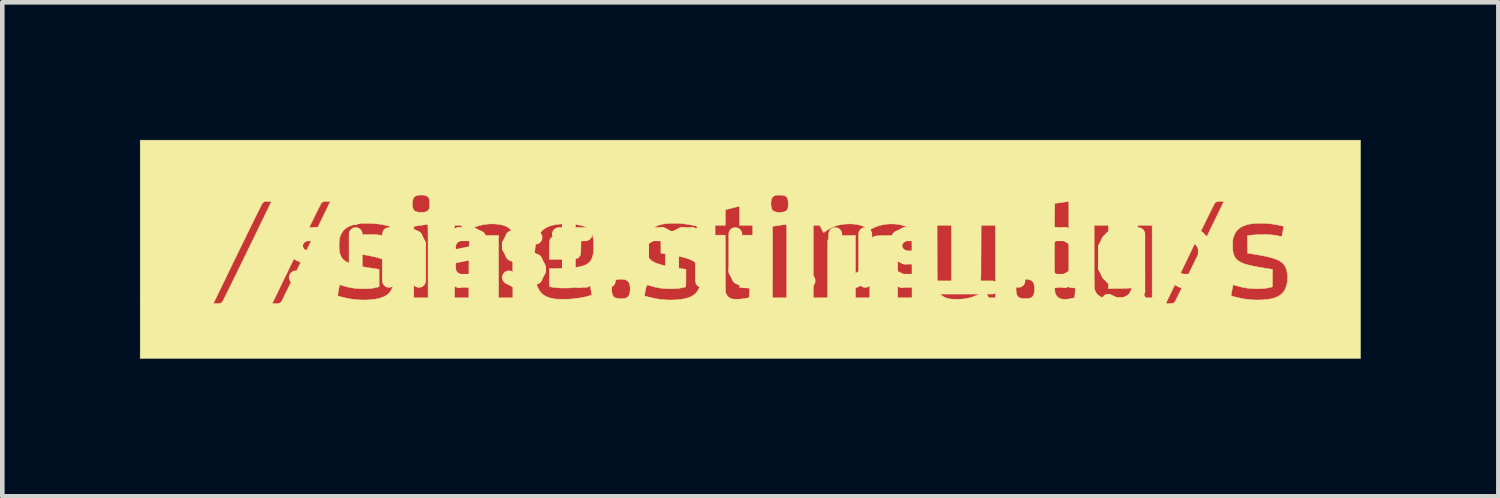
<source format=kicad_pcb>
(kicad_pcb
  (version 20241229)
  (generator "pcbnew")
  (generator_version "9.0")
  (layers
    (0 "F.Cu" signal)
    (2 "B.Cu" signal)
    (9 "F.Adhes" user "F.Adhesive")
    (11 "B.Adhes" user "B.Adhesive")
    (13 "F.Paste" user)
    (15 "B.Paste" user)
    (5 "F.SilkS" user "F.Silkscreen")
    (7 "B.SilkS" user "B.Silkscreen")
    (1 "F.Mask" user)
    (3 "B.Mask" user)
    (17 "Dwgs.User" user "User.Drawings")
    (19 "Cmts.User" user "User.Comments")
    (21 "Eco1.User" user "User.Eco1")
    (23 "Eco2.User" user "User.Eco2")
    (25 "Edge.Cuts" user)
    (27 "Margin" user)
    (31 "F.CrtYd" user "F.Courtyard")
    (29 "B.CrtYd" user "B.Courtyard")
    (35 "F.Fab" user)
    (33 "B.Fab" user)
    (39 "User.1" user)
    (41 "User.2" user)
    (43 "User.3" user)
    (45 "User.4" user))
  (footprint "sinestimulus_logo"
    (layer "F.Cu")
    (at 13.302 2.38)
    (property "Reference" "sinestimulus_logo" (at 0 0 0) (layer "F.SilkS") (effects (font (size 1.524 1.524) (thickness 0.3))))
    (attr through_hole)
    (fp_poly (pts (xy 0.8 1.067) (xy 0.476 1.067) (xy 0.476 -0.501) (xy 0.497 -0.505) (xy 0.509 -0.507) (xy 0.532 -0.51) (xy 0.563 -0.515) (xy 0.6 -0.521) (xy 0.641 -0.527) (xy 0.659 -0.53) (xy 0.8 -0.551) (xy 0.8 1.067)) (stroke (width 0.01) (type solid)) (fill yes) (layer "F.Cu"))
    (fp_poly (pts (xy -7.017 1.067) (xy -7.341 1.067) (xy -7.341 0.283) (xy -7.341 0.184) (xy -7.341 0.089) (xy -7.34 -0.002) (xy -7.34 -0.088) (xy -7.34 -0.167) (xy -7.34 -0.24) (xy -7.34 -0.306) (xy -7.34 -0.364) (xy -7.34 -0.412) (xy -7.34 -0.451) (xy -7.339 -0.479) (xy -7.339 -0.497) (xy -7.339 -0.502) (xy -7.333 -0.503) (xy -7.315 -0.505) (xy -7.289 -0.509) (xy -7.255 -0.514) (xy -7.215 -0.52) (xy -7.177 -0.526) (xy -7.017 -0.55) (xy -7.017 1.067)) (stroke (width 0.01) (type solid)) (fill yes) (layer "F.Cu"))
    (fp_poly (pts (xy 0.675 -1.184) (xy 0.71 -1.181) (xy 0.739 -1.176) (xy 0.751 -1.173) (xy 0.78 -1.157) (xy 0.802 -1.135) (xy 0.818 -1.104) (xy 0.828 -1.064) (xy 0.832 -1.014) (xy 0.833 -0.987) (xy 0.83 -0.933) (xy 0.823 -0.889) (xy 0.809 -0.855) (xy 0.789 -0.83) (xy 0.763 -0.813) (xy 0.745 -0.807) (xy 0.721 -0.802) (xy 0.69 -0.799) (xy 0.654 -0.797) (xy 0.618 -0.797) (xy 0.586 -0.798) (xy 0.567 -0.8) (xy 0.527 -0.81) (xy 0.497 -0.825) (xy 0.474 -0.846) (xy 0.458 -0.874) (xy 0.448 -0.911) (xy 0.444 -0.957) (xy 0.443 -0.988) (xy 0.446 -1.043) (xy 0.454 -1.088) (xy 0.468 -1.123) (xy 0.489 -1.149) (xy 0.517 -1.168) (xy 0.538 -1.175) (xy 0.564 -1.181) (xy 0.598 -1.184) (xy 0.636 -1.185) (xy 0.675 -1.184)) (stroke (width 0.01) (type solid)) (fill yes) (layer "F.Cu"))
    (fp_poly (pts (xy -7.13 -1.183) (xy -7.091 -1.179) (xy -7.061 -1.172) (xy -7.038 -1.16) (xy -7.02 -1.146) (xy -7.005 -1.127) (xy -6.995 -1.105) (xy -6.987 -1.076) (xy -6.983 -1.038) (xy -6.982 -0.991) (xy -6.982 -0.984) (xy -6.983 -0.933) (xy -6.989 -0.893) (xy -6.999 -0.862) (xy -7.014 -0.839) (xy -7.036 -0.821) (xy -7.064 -0.808) (xy -7.067 -0.807) (xy -7.088 -0.803) (xy -7.117 -0.799) (xy -7.151 -0.797) (xy -7.187 -0.797) (xy -7.22 -0.797) (xy -7.247 -0.8) (xy -7.251 -0.801) (xy -7.289 -0.811) (xy -7.32 -0.827) (xy -7.342 -0.848) (xy -7.349 -0.86) (xy -7.362 -0.898) (xy -7.37 -0.945) (xy -7.371 -0.999) (xy -7.37 -1.013) (xy -7.367 -1.054) (xy -7.361 -1.086) (xy -7.353 -1.11) (xy -7.341 -1.13) (xy -7.334 -1.14) (xy -7.315 -1.157) (xy -7.292 -1.17) (xy -7.264 -1.178) (xy -7.228 -1.183) (xy -7.181 -1.184) (xy -7.179 -1.184) (xy -7.13 -1.183)) (stroke (width 0.01) (type solid)) (fill yes) (layer "F.Cu"))
    (fp_poly (pts (xy 6.027 0.651) (xy 6.053 0.652) (xy 6.072 0.653) (xy 6.086 0.656) (xy 6.099 0.661) (xy 6.114 0.668) (xy 6.119 0.67) (xy 6.141 0.683) (xy 6.156 0.696) (xy 6.168 0.713) (xy 6.174 0.724) (xy 6.188 0.763) (xy 6.198 0.811) (xy 6.201 0.864) (xy 6.198 0.919) (xy 6.197 0.926) (xy 6.189 0.973) (xy 6.177 1.009) (xy 6.159 1.037) (xy 6.135 1.057) (xy 6.103 1.071) (xy 6.086 1.076) (xy 6.054 1.082) (xy 6.014 1.085) (xy 5.972 1.085) (xy 5.932 1.082) (xy 5.899 1.077) (xy 5.894 1.076) (xy 5.86 1.064) (xy 5.833 1.047) (xy 5.813 1.024) (xy 5.799 0.994) (xy 5.79 0.955) (xy 5.786 0.906) (xy 5.786 0.851) (xy 5.787 0.816) (xy 5.788 0.79) (xy 5.791 0.771) (xy 5.795 0.756) (xy 5.8 0.741) (xy 5.807 0.727) (xy 5.819 0.705) (xy 5.831 0.69) (xy 5.847 0.679) (xy 5.864 0.67) (xy 5.88 0.662) (xy 5.893 0.657) (xy 5.907 0.654) (xy 5.925 0.652) (xy 5.949 0.651) (xy 5.982 0.651) (xy 5.992 0.651) (xy 6.027 0.651)) (stroke (width 0.01) (type solid)) (fill yes) (layer "F.Cu"))
    (fp_poly (pts (xy -2.787 0.651) (xy -2.761 0.652) (xy -2.742 0.653) (xy -2.728 0.656) (xy -2.714 0.661) (xy -2.699 0.668) (xy -2.696 0.67) (xy -2.672 0.683) (xy -2.657 0.696) (xy -2.644 0.714) (xy -2.64 0.721) (xy -2.626 0.757) (xy -2.616 0.801) (xy -2.612 0.85) (xy -2.613 0.9) (xy -2.613 0.904) (xy -2.62 0.956) (xy -2.632 0.998) (xy -2.649 1.03) (xy -2.672 1.054) (xy -2.702 1.069) (xy -2.704 1.07) (xy -2.725 1.075) (xy -2.756 1.08) (xy -2.792 1.082) (xy -2.829 1.084) (xy -2.865 1.083) (xy -2.894 1.081) (xy -2.907 1.079) (xy -2.946 1.067) (xy -2.976 1.048) (xy -2.999 1.02) (xy -3.006 1.008) (xy -3.014 0.99) (xy -3.02 0.974) (xy -3.023 0.956) (xy -3.026 0.932) (xy -3.027 0.899) (xy -3.028 0.895) (xy -3.028 0.835) (xy -3.024 0.786) (xy -3.015 0.746) (xy -3 0.714) (xy -2.979 0.689) (xy -2.952 0.671) (xy -2.948 0.669) (xy -2.933 0.662) (xy -2.919 0.657) (xy -2.905 0.654) (xy -2.886 0.652) (xy -2.861 0.651) (xy -2.827 0.651) (xy -2.823 0.651) (xy -2.787 0.651)) (stroke (width 0.01) (type solid)) (fill yes) (layer "F.Cu"))
    (fp_poly (pts (xy -5.535 -0.553) (xy -5.453 -0.543) (xy -5.383 -0.528) (xy -5.324 -0.508) (xy -5.274 -0.482) (xy -5.235 -0.45) (xy -5.204 -0.412) (xy -5.19 -0.386) (xy -5.172 -0.346) (xy -5.17 0.36) (xy -5.169 1.067) (xy -5.493 1.067) (xy -5.493 -0.293) (xy -5.729 -0.29) (xy -5.797 -0.289) (xy -5.852 -0.288) (xy -5.898 -0.287) (xy -5.936 -0.285) (xy -5.966 -0.283) (xy -5.99 -0.28) (xy -6.01 -0.276) (xy -6.027 -0.271) (xy -6.041 -0.265) (xy -6.056 -0.259) (xy -6.082 -0.238) (xy -6.105 -0.21) (xy -6.116 -0.186) (xy -6.118 -0.179) (xy -6.119 -0.166) (xy -6.12 -0.147) (xy -6.121 -0.122) (xy -6.122 -0.089) (xy -6.123 -0.047) (xy -6.124 0.002) (xy -6.124 0.062) (xy -6.125 0.131) (xy -6.125 0.21) (xy -6.126 0.301) (xy -6.126 0.404) (xy -6.126 0.452) (xy -6.128 1.067) (xy -6.452 1.067) (xy -6.452 -0.527) (xy -6.374 -0.526) (xy -6.296 -0.524) (xy -6.255 -0.447) (xy -6.213 -0.37) (xy -6.17 -0.4) (xy -6.122 -0.431) (xy -6.068 -0.461) (xy -6.013 -0.487) (xy -5.966 -0.505) (xy -5.876 -0.53) (xy -5.78 -0.547) (xy -5.68 -0.556) (xy -5.58 -0.556) (xy -5.535 -0.553)) (stroke (width 0.01) (type solid)) (fill yes) (layer "F.Cu"))
    (fp_poly (pts (xy 6.948 -0.11) (xy 6.95 0.829) (xy 7.018 0.835) (xy 7.046 0.838) (xy 7.069 0.841) (xy 7.085 0.844) (xy 7.089 0.845) (xy 7.09 0.852) (xy 7.089 0.87) (xy 7.088 0.896) (xy 7.085 0.928) (xy 7.083 0.95) (xy 7.08 0.985) (xy 7.077 1.015) (xy 7.075 1.039) (xy 7.074 1.054) (xy 7.074 1.058) (xy 7.068 1.064) (xy 7.051 1.071) (xy 7.027 1.078) (xy 6.996 1.084) (xy 6.961 1.089) (xy 6.924 1.094) (xy 6.887 1.096) (xy 6.877 1.097) (xy 6.842 1.097) (xy 6.816 1.097) (xy 6.796 1.095) (xy 6.779 1.091) (xy 6.759 1.086) (xy 6.755 1.084) (xy 6.711 1.063) (xy 6.676 1.033) (xy 6.651 0.995) (xy 6.634 0.947) (xy 6.63 0.93) (xy 6.629 0.919) (xy 6.628 0.898) (xy 6.627 0.867) (xy 6.626 0.825) (xy 6.626 0.772) (xy 6.625 0.708) (xy 6.624 0.633) (xy 6.624 0.546) (xy 6.624 0.448) (xy 6.623 0.338) (xy 6.623 0.216) (xy 6.623 0.081) (xy 6.623 -0.054) (xy 6.623 -1.001) (xy 6.764 -1.021) (xy 6.807 -1.028) (xy 6.846 -1.033) (xy 6.879 -1.038) (xy 6.906 -1.042) (xy 6.923 -1.045) (xy 6.926 -1.046) (xy 6.947 -1.049) (xy 6.948 -0.11)) (stroke (width 0.01) (type solid)) (fill yes) (layer "F.Cu"))
    (fp_poly (pts (xy 10.261 -1.046) (xy 10.331 -1.045) (xy 9.8 0.048) (xy 9.731 0.191) (xy 9.665 0.325) (xy 9.604 0.45) (xy 9.548 0.565) (xy 9.496 0.671) (xy 9.449 0.767) (xy 9.407 0.853) (xy 9.37 0.928) (xy 9.337 0.994) (xy 9.31 1.049) (xy 9.287 1.093) (xy 9.27 1.126) (xy 9.258 1.148) (xy 9.252 1.159) (xy 9.251 1.16) (xy 9.233 1.174) (xy 9.212 1.185) (xy 9.208 1.187) (xy 9.195 1.189) (xy 9.173 1.191) (xy 9.147 1.193) (xy 9.119 1.194) (xy 9.092 1.194) (xy 9.068 1.194) (xy 9.051 1.193) (xy 9.043 1.191) (xy 9.042 1.191) (xy 9.045 1.185) (xy 9.053 1.168) (xy 9.066 1.141) (xy 9.084 1.104) (xy 9.106 1.058) (xy 9.133 1.003) (xy 9.163 0.94) (xy 9.197 0.87) (xy 9.234 0.792) (xy 9.275 0.709) (xy 9.318 0.619) (xy 9.364 0.524) (xy 9.413 0.424) (xy 9.463 0.321) (xy 9.515 0.213) (xy 9.569 0.102) (xy 9.572 0.097) (xy 9.633 -0.028) (xy 9.691 -0.148) (xy 9.746 -0.262) (xy 9.799 -0.369) (xy 9.848 -0.47) (xy 9.894 -0.563) (xy 9.936 -0.649) (xy 9.974 -0.727) (xy 10.009 -0.797) (xy 10.039 -0.857) (xy 10.065 -0.909) (xy 10.086 -0.95) (xy 10.102 -0.982) (xy 10.113 -1.003) (xy 10.119 -1.013) (xy 10.12 -1.014) (xy 10.136 -1.028) (xy 10.157 -1.038) (xy 10.185 -1.044) (xy 10.221 -1.047) (xy 10.261 -1.046)) (stroke (width 0.01) (type solid)) (fill yes) (layer "F.Cu"))
    (fp_poly (pts (xy -0.229 -0.527) (xy 0.051 -0.527) (xy 0.051 -0.298) (xy -0.229 -0.298) (xy -0.229 0.825) (xy -0.214 0.829) (xy -0.203 0.83) (xy -0.182 0.832) (xy -0.153 0.834) (xy -0.12 0.837) (xy -0.106 0.838) (xy -0.073 0.84) (xy -0.044 0.842) (xy -0.022 0.845) (xy -0.01 0.846) (xy -0.008 0.847) (xy -0.007 0.854) (xy -0.008 0.872) (xy -0.009 0.898) (xy -0.011 0.93) (xy -0.013 0.958) (xy -0.021 1.065) (xy -0.107 1.079) (xy -0.153 1.086) (xy -0.202 1.091) (xy -0.251 1.095) (xy -0.299 1.096) (xy -0.341 1.096) (xy -0.376 1.095) (xy -0.402 1.091) (xy -0.406 1.09) (xy -0.429 1.082) (xy -0.45 1.074) (xy -0.455 1.071) (xy -0.479 1.054) (xy -0.502 1.029) (xy -0.523 0.999) (xy -0.537 0.97) (xy -0.539 0.964) (xy -0.541 0.958) (xy -0.542 0.949) (xy -0.544 0.939) (xy -0.545 0.925) (xy -0.546 0.908) (xy -0.547 0.886) (xy -0.548 0.859) (xy -0.548 0.825) (xy -0.549 0.784) (xy -0.549 0.736) (xy -0.55 0.679) (xy -0.55 0.613) (xy -0.55 0.536) (xy -0.551 0.449) (xy -0.551 0.35) (xy -0.551 0.319) (xy -0.553 -0.298) (xy -0.775 -0.298) (xy -0.775 -0.527) (xy -0.552 -0.527) (xy -0.552 -0.863) (xy -0.529 -0.869) (xy -0.516 -0.873) (xy -0.492 -0.879) (xy -0.461 -0.887) (xy -0.424 -0.896) (xy -0.383 -0.906) (xy -0.367 -0.91) (xy -0.229 -0.945) (xy -0.229 -0.527)) (stroke (width 0.01) (type solid)) (fill yes) (layer "F.Cu"))
    (fp_poly (pts (xy 7.647 -0.526) (xy 7.807 -0.524) (xy 7.809 0.164) (xy 7.811 0.852) (xy 8.044 0.849) (xy 8.109 0.848) (xy 8.162 0.847) (xy 8.205 0.846) (xy 8.24 0.845) (xy 8.267 0.843) (xy 8.289 0.841) (xy 8.305 0.838) (xy 8.318 0.836) (xy 8.357 0.823) (xy 8.386 0.808) (xy 8.407 0.787) (xy 8.421 0.759) (xy 8.43 0.732) (xy 8.431 0.725) (xy 8.433 0.714) (xy 8.434 0.701) (xy 8.435 0.683) (xy 8.436 0.66) (xy 8.437 0.632) (xy 8.437 0.597) (xy 8.438 0.555) (xy 8.438 0.505) (xy 8.439 0.446) (xy 8.439 0.378) (xy 8.439 0.299) (xy 8.439 0.21) (xy 8.439 0.108) (xy 8.439 0.084) (xy 8.439 -0.527) (xy 8.763 -0.527) (xy 8.763 1.067) (xy 8.685 1.065) (xy 8.607 1.064) (xy 8.569 0.992) (xy 8.554 0.965) (xy 8.541 0.942) (xy 8.532 0.925) (xy 8.527 0.918) (xy 8.527 0.917) (xy 8.52 0.919) (xy 8.506 0.927) (xy 8.487 0.939) (xy 8.481 0.943) (xy 8.402 0.991) (xy 8.313 1.031) (xy 8.218 1.062) (xy 8.115 1.084) (xy 8.061 1.092) (xy 8.024 1.095) (xy 7.979 1.097) (xy 7.931 1.098) (xy 7.882 1.097) (xy 7.836 1.096) (xy 7.796 1.093) (xy 7.764 1.09) (xy 7.76 1.089) (xy 7.694 1.073) (xy 7.638 1.051) (xy 7.591 1.023) (xy 7.553 0.987) (xy 7.523 0.942) (xy 7.505 0.903) (xy 7.49 0.867) (xy 7.488 0.17) (xy 7.486 -0.527) (xy 7.647 -0.526)) (stroke (width 0.01) (type solid)) (fill yes) (layer "F.Cu"))
    (fp_poly (pts (xy 4.388 0.852) (xy 4.624 0.849) (xy 4.692 0.848) (xy 4.748 0.847) (xy 4.794 0.845) (xy 4.832 0.844) (xy 4.862 0.841) (xy 4.886 0.838) (xy 4.906 0.834) (xy 4.923 0.83) (xy 4.938 0.824) (xy 4.951 0.817) (xy 4.978 0.797) (xy 5 0.769) (xy 5.011 0.744) (xy 5.013 0.737) (xy 5.014 0.725) (xy 5.015 0.706) (xy 5.016 0.681) (xy 5.017 0.648) (xy 5.018 0.607) (xy 5.019 0.558) (xy 5.019 0.499) (xy 5.02 0.43) (xy 5.02 0.351) (xy 5.021 0.26) (xy 5.021 0.158) (xy 5.021 0.097) (xy 5.023 -0.527) (xy 5.347 -0.527) (xy 5.347 1.067) (xy 5.191 1.067) (xy 5.154 0.999) (xy 5.14 0.971) (xy 5.127 0.948) (xy 5.117 0.93) (xy 5.112 0.922) (xy 5.107 0.919) (xy 5.097 0.922) (xy 5.08 0.932) (xy 5.063 0.943) (xy 4.987 0.989) (xy 4.902 1.028) (xy 4.81 1.06) (xy 4.715 1.082) (xy 4.712 1.083) (xy 4.677 1.087) (xy 4.635 1.091) (xy 4.586 1.094) (xy 4.535 1.096) (xy 4.484 1.097) (xy 4.436 1.096) (xy 4.393 1.094) (xy 4.358 1.091) (xy 4.343 1.089) (xy 4.276 1.073) (xy 4.22 1.051) (xy 4.174 1.024) (xy 4.137 0.99) (xy 4.107 0.948) (xy 4.085 0.898) (xy 4.078 0.878) (xy 4.077 0.871) (xy 4.075 0.863) (xy 4.074 0.853) (xy 4.073 0.84) (xy 4.071 0.824) (xy 4.071 0.803) (xy 4.07 0.777) (xy 4.069 0.745) (xy 4.068 0.707) (xy 4.068 0.661) (xy 4.067 0.608) (xy 4.067 0.545) (xy 4.067 0.473) (xy 4.066 0.391) (xy 4.066 0.298) (xy 4.066 0.193) (xy 4.066 0.157) (xy 4.064 -0.527) (xy 4.388 -0.527) (xy 4.388 0.852)) (stroke (width 0.01) (type solid)) (fill yes) (layer "F.Cu"))
    (fp_poly (pts (xy -9.165 -1.047) (xy -9.149 -1.046) (xy -9.144 -1.044) (xy -9.147 -1.038) (xy -9.155 -1.021) (xy -9.168 -0.994) (xy -9.185 -0.957) (xy -9.207 -0.912) (xy -9.232 -0.859) (xy -9.262 -0.799) (xy -9.294 -0.731) (xy -9.33 -0.658) (xy -9.368 -0.58) (xy -9.408 -0.496) (xy -9.451 -0.409) (xy -9.495 -0.319) (xy -9.54 -0.225) (xy -9.586 -0.13) (xy -9.633 -0.034) (xy -9.68 0.063) (xy -9.727 0.16) (xy -9.774 0.256) (xy -9.82 0.351) (xy -9.865 0.444) (xy -9.909 0.534) (xy -9.951 0.62) (xy -9.992 0.703) (xy -10.03 0.78) (xy -10.065 0.852) (xy -10.097 0.918) (xy -10.126 0.977) (xy -10.151 1.029) (xy -10.173 1.072) (xy -10.19 1.107) (xy -10.202 1.132) (xy -10.21 1.147) (xy -10.212 1.151) (xy -10.224 1.166) (xy -10.239 1.176) (xy -10.257 1.184) (xy -10.282 1.189) (xy -10.316 1.191) (xy -10.349 1.193) (xy -10.433 1.195) (xy -10.393 1.11) (xy -10.386 1.096) (xy -10.373 1.07) (xy -10.356 1.034) (xy -10.334 0.989) (xy -10.308 0.935) (xy -10.278 0.873) (xy -10.244 0.803) (xy -10.207 0.726) (xy -10.166 0.643) (xy -10.123 0.555) (xy -10.078 0.461) (xy -10.03 0.363) (xy -9.981 0.261) (xy -9.93 0.156) (xy -9.878 0.049) (xy -9.862 0.016) (xy -9.794 -0.124) (xy -9.73 -0.254) (xy -9.672 -0.375) (xy -9.618 -0.485) (xy -9.568 -0.586) (xy -9.524 -0.676) (xy -9.484 -0.756) (xy -9.45 -0.826) (xy -9.42 -0.884) (xy -9.396 -0.932) (xy -9.377 -0.97) (xy -9.363 -0.996) (xy -9.355 -1.011) (xy -9.352 -1.014) (xy -9.33 -1.031) (xy -9.306 -1.041) (xy -9.291 -1.043) (xy -9.268 -1.045) (xy -9.242 -1.047) (xy -9.214 -1.048) (xy -9.187 -1.048) (xy -9.165 -1.047)) (stroke (width 0.01) (type solid)) (fill yes) (layer "F.Cu"))
    (fp_poly (pts (xy -10.452 -1.047) (xy -10.434 -1.046) (xy -10.427 -1.044) (xy -10.427 -1.044) (xy -10.429 -1.038) (xy -10.437 -1.021) (xy -10.45 -0.994) (xy -10.468 -0.957) (xy -10.489 -0.912) (xy -10.515 -0.859) (xy -10.544 -0.798) (xy -10.577 -0.731) (xy -10.612 -0.657) (xy -10.65 -0.579) (xy -10.691 -0.496) (xy -10.733 -0.408) (xy -10.777 -0.318) (xy -10.822 -0.225) (xy -10.868 -0.13) (xy -10.915 -0.033) (xy -10.962 0.064) (xy -11.009 0.16) (xy -11.056 0.256) (xy -11.102 0.351) (xy -11.147 0.443) (xy -11.191 0.533) (xy -11.233 0.619) (xy -11.273 0.701) (xy -11.311 0.779) (xy -11.346 0.85) (xy -11.378 0.916) (xy -11.406 0.974) (xy -11.432 1.026) (xy -11.453 1.068) (xy -11.47 1.102) (xy -11.482 1.127) (xy -11.489 1.141) (xy -11.491 1.144) (xy -11.503 1.161) (xy -11.517 1.174) (xy -11.535 1.182) (xy -11.558 1.188) (xy -11.589 1.191) (xy -11.631 1.193) (xy -11.632 1.193) (xy -11.717 1.195) (xy -11.708 1.177) (xy -11.704 1.169) (xy -11.695 1.151) (xy -11.681 1.122) (xy -11.662 1.084) (xy -11.639 1.037) (xy -11.612 0.981) (xy -11.581 0.917) (xy -11.546 0.845) (xy -11.508 0.767) (xy -11.467 0.682) (xy -11.423 0.592) (xy -11.377 0.496) (xy -11.328 0.396) (xy -11.278 0.292) (xy -11.226 0.185) (xy -11.179 0.089) (xy -11.126 -0.021) (xy -11.074 -0.128) (xy -11.023 -0.232) (xy -10.975 -0.332) (xy -10.928 -0.426) (xy -10.885 -0.516) (xy -10.843 -0.6) (xy -10.805 -0.678) (xy -10.771 -0.749) (xy -10.74 -0.812) (xy -10.712 -0.867) (xy -10.689 -0.914) (xy -10.671 -0.951) (xy -10.657 -0.978) (xy -10.648 -0.996) (xy -10.645 -1.002) (xy -10.631 -1.018) (xy -10.616 -1.029) (xy -10.597 -1.037) (xy -10.573 -1.042) (xy -10.54 -1.045) (xy -10.508 -1.047) (xy -10.477 -1.047) (xy -10.452 -1.047)) (stroke (width 0.01) (type solid)) (fill yes) (layer "F.Cu"))
    (fp_poly (pts (xy 3.17 -0.553) (xy 3.254 -0.542) (xy 3.327 -0.524) (xy 3.389 -0.501) (xy 3.44 -0.472) (xy 3.479 -0.436) (xy 3.508 -0.395) (xy 3.512 -0.385) (xy 3.527 -0.352) (xy 3.529 0.357) (xy 3.531 1.067) (xy 3.207 1.067) (xy 3.207 -0.293) (xy 2.986 -0.29) (xy 2.92 -0.289) (xy 2.865 -0.288) (xy 2.82 -0.287) (xy 2.784 -0.284) (xy 2.755 -0.282) (xy 2.731 -0.278) (xy 2.712 -0.274) (xy 2.696 -0.268) (xy 2.681 -0.261) (xy 2.672 -0.256) (xy 2.647 -0.235) (xy 2.627 -0.205) (xy 2.616 -0.179) (xy 2.615 -0.168) (xy 2.614 -0.145) (xy 2.613 -0.11) (xy 2.612 -0.063) (xy 2.612 -0.005) (xy 2.611 0.065) (xy 2.611 0.145) (xy 2.61 0.235) (xy 2.61 0.336) (xy 2.61 0.447) (xy 2.61 0.456) (xy 2.61 1.067) (xy 2.286 1.067) (xy 2.286 -0.292) (xy 2.103 -0.292) (xy 2.023 -0.292) (xy 1.955 -0.29) (xy 1.897 -0.287) (xy 1.849 -0.283) (xy 1.81 -0.276) (xy 1.778 -0.268) (xy 1.753 -0.257) (xy 1.733 -0.243) (xy 1.719 -0.226) (xy 1.707 -0.207) (xy 1.699 -0.183) (xy 1.699 -0.183) (xy 1.697 -0.176) (xy 1.696 -0.167) (xy 1.694 -0.154) (xy 1.693 -0.138) (xy 1.692 -0.117) (xy 1.692 -0.09) (xy 1.691 -0.057) (xy 1.69 -0.017) (xy 1.69 0.031) (xy 1.69 0.087) (xy 1.689 0.152) (xy 1.689 0.228) (xy 1.689 0.315) (xy 1.689 0.413) (xy 1.689 0.458) (xy 1.689 1.067) (xy 1.365 1.067) (xy 1.365 -0.527) (xy 1.516 -0.527) (xy 1.556 -0.451) (xy 1.575 -0.417) (xy 1.589 -0.394) (xy 1.599 -0.381) (xy 1.607 -0.375) (xy 1.614 -0.378) (xy 1.616 -0.381) (xy 1.625 -0.39) (xy 1.643 -0.403) (xy 1.667 -0.419) (xy 1.696 -0.437) (xy 1.726 -0.454) (xy 1.755 -0.47) (xy 1.776 -0.481) (xy 1.851 -0.511) (xy 1.935 -0.533) (xy 2.025 -0.549) (xy 2.119 -0.556) (xy 2.215 -0.555) (xy 2.247 -0.553) (xy 2.325 -0.544) (xy 2.391 -0.531) (xy 2.448 -0.512) (xy 2.496 -0.489) (xy 2.536 -0.46) (xy 2.549 -0.447) (xy 2.581 -0.414) (xy 2.603 -0.429) (xy 2.669 -0.468) (xy 2.744 -0.5) (xy 2.827 -0.525) (xy 2.915 -0.544) (xy 3.006 -0.554) (xy 3.099 -0.557) (xy 3.17 -0.553)) (stroke (width 0.01) (type solid)) (fill yes) (layer "F.Cu"))
    (fp_poly (pts (xy -8.306 -0.569) (xy -8.172 -0.562) (xy -8.045 -0.546) (xy -7.926 -0.524) (xy -7.864 -0.509) (xy -7.838 -0.502) (xy -7.86 -0.386) (xy -7.867 -0.349) (xy -7.873 -0.317) (xy -7.879 -0.291) (xy -7.883 -0.274) (xy -7.884 -0.267) (xy -7.891 -0.267) (xy -7.907 -0.27) (xy -7.929 -0.274) (xy -7.933 -0.275) (xy -8.005 -0.289) (xy -8.087 -0.301) (xy -8.177 -0.311) (xy -8.184 -0.311) (xy -8.232 -0.314) (xy -8.288 -0.314) (xy -8.351 -0.313) (xy -8.417 -0.31) (xy -8.483 -0.305) (xy -8.545 -0.299) (xy -8.569 -0.296) (xy -8.626 -0.289) (xy -8.628 -0.103) (xy -8.628 -0.056) (xy -8.628 -0.013) (xy -8.628 0.023) (xy -8.628 0.053) (xy -8.627 0.073) (xy -8.626 0.082) (xy -8.625 0.083) (xy -8.618 0.083) (xy -8.6 0.086) (xy -8.574 0.09) (xy -8.542 0.095) (xy -8.516 0.099) (xy -8.403 0.117) (xy -8.302 0.136) (xy -8.213 0.154) (xy -8.134 0.174) (xy -8.065 0.194) (xy -8.005 0.216) (xy -7.954 0.239) (xy -7.911 0.264) (xy -7.875 0.29) (xy -7.845 0.319) (xy -7.821 0.351) (xy -7.804 0.383) (xy -7.79 0.415) (xy -7.78 0.444) (xy -7.772 0.473) (xy -7.767 0.505) (xy -7.765 0.542) (xy -7.764 0.588) (xy -7.764 0.622) (xy -7.764 0.667) (xy -7.765 0.702) (xy -7.766 0.729) (xy -7.769 0.751) (xy -7.773 0.771) (xy -7.778 0.789) (xy -7.801 0.858) (xy -7.833 0.917) (xy -7.873 0.967) (xy -7.922 1.009) (xy -7.98 1.042) (xy -8.049 1.069) (xy -8.096 1.082) (xy -8.169 1.096) (xy -8.251 1.106) (xy -8.34 1.112) (xy -8.432 1.114) (xy -8.525 1.111) (xy -8.534 1.111) (xy -8.578 1.107) (xy -8.627 1.102) (xy -8.678 1.095) (xy -8.73 1.087) (xy -8.782 1.078) (xy -8.832 1.068) (xy -8.879 1.059) (xy -8.92 1.049) (xy -8.955 1.039) (xy -8.981 1.03) (xy -8.998 1.022) (xy -9.003 1.017) (xy -9.002 1.01) (xy -9 0.992) (xy -8.995 0.967) (xy -8.99 0.936) (xy -8.984 0.902) (xy -8.977 0.868) (xy -8.971 0.835) (xy -8.965 0.807) (xy -8.96 0.785) (xy -8.957 0.772) (xy -8.957 0.77) (xy -8.95 0.769) (xy -8.933 0.772) (xy -8.906 0.779) (xy -8.879 0.788) (xy -8.792 0.812) (xy -8.699 0.833) (xy -8.605 0.848) (xy -8.569 0.852) (xy -8.507 0.856) (xy -8.44 0.857) (xy -8.371 0.855) (xy -8.303 0.851) (xy -8.239 0.844) (xy -8.181 0.835) (xy -8.133 0.823) (xy -8.117 0.819) (xy -8.096 0.812) (xy -8.096 0.446) (xy -8.152 0.438) (xy -8.196 0.432) (xy -8.246 0.424) (xy -8.301 0.415) (xy -8.357 0.405) (xy -8.412 0.396) (xy -8.462 0.386) (xy -8.505 0.378) (xy -8.539 0.371) (xy -8.54 0.371) (xy -8.621 0.351) (xy -8.69 0.331) (xy -8.749 0.31) (xy -8.798 0.287) (xy -8.839 0.262) (xy -8.872 0.236) (xy -8.902 0.204) (xy -8.925 0.169) (xy -8.943 0.128) (xy -8.956 0.079) (xy -8.964 0.023) (xy -8.968 -0.044) (xy -8.969 -0.092) (xy -8.968 -0.135) (xy -8.967 -0.169) (xy -8.965 -0.196) (xy -8.962 -0.218) (xy -8.957 -0.24) (xy -8.954 -0.251) (xy -8.937 -0.306) (xy -8.915 -0.353) (xy -8.888 -0.393) (xy -8.856 -0.429) (xy -8.81 -0.468) (xy -8.757 -0.501) (xy -8.696 -0.527) (xy -8.626 -0.547) (xy -8.547 -0.561) (xy -8.458 -0.568) (xy -8.359 -0.571) (xy -8.306 -0.569)) (stroke (width 0.01) (type solid)) (fill yes) (layer "F.Cu"))
    (fp_poly (pts (xy 11.192 -0.57) (xy 11.283 -0.564) (xy 11.374 -0.555) (xy 11.413 -0.549) (xy 11.451 -0.542) (xy 11.491 -0.535) (xy 11.529 -0.527) (xy 11.564 -0.519) (xy 11.593 -0.512) (xy 11.615 -0.506) (xy 11.628 -0.501) (xy 11.631 -0.499) (xy 11.63 -0.491) (xy 11.628 -0.473) (xy 11.624 -0.447) (xy 11.618 -0.417) (xy 11.612 -0.384) (xy 11.606 -0.351) (xy 11.6 -0.321) (xy 11.594 -0.295) (xy 11.59 -0.277) (xy 11.587 -0.269) (xy 11.587 -0.269) (xy 11.58 -0.269) (xy 11.563 -0.271) (xy 11.54 -0.275) (xy 11.524 -0.279) (xy 11.452 -0.293) (xy 11.383 -0.303) (xy 11.312 -0.309) (xy 11.237 -0.312) (xy 11.173 -0.313) (xy 11.126 -0.312) (xy 11.077 -0.31) (xy 11.027 -0.308) (xy 10.979 -0.304) (xy 10.935 -0.3) (xy 10.897 -0.296) (xy 10.867 -0.292) (xy 10.851 -0.288) (xy 10.847 -0.286) (xy 10.845 -0.282) (xy 10.843 -0.275) (xy 10.841 -0.262) (xy 10.841 -0.242) (xy 10.84 -0.215) (xy 10.84 -0.179) (xy 10.839 -0.132) (xy 10.839 -0.102) (xy 10.839 0.081) (xy 10.914 0.092) (xy 10.975 0.101) (xy 11.041 0.112) (xy 11.108 0.124) (xy 11.172 0.137) (xy 11.233 0.149) (xy 11.285 0.16) (xy 11.316 0.168) (xy 11.4 0.191) (xy 11.472 0.217) (xy 11.534 0.246) (xy 11.584 0.279) (xy 11.625 0.317) (xy 11.658 0.361) (xy 11.681 0.411) (xy 11.698 0.469) (xy 11.707 0.534) (xy 11.711 0.609) (xy 11.711 0.619) (xy 11.707 0.705) (xy 11.695 0.781) (xy 11.676 0.848) (xy 11.647 0.907) (xy 11.61 0.957) (xy 11.564 1) (xy 11.507 1.035) (xy 11.441 1.063) (xy 11.364 1.085) (xy 11.277 1.1) (xy 11.243 1.104) (xy 11.176 1.11) (xy 11.103 1.113) (xy 11.028 1.114) (xy 10.958 1.112) (xy 10.938 1.111) (xy 10.836 1.101) (xy 10.729 1.086) (xy 10.622 1.064) (xy 10.522 1.039) (xy 10.509 1.035) (xy 10.486 1.027) (xy 10.472 1.021) (xy 10.467 1.015) (xy 10.467 1.011) (xy 10.469 1.001) (xy 10.474 0.982) (xy 10.479 0.954) (xy 10.486 0.92) (xy 10.494 0.883) (xy 10.501 0.846) (xy 10.508 0.814) (xy 10.513 0.788) (xy 10.517 0.771) (xy 10.518 0.764) (xy 10.518 0.764) (xy 10.524 0.765) (xy 10.54 0.77) (xy 10.562 0.777) (xy 10.573 0.781) (xy 10.655 0.807) (xy 10.735 0.827) (xy 10.817 0.841) (xy 10.903 0.85) (xy 10.998 0.855) (xy 11.001 0.855) (xy 11.074 0.856) (xy 11.138 0.855) (xy 11.196 0.85) (xy 11.251 0.842) (xy 11.306 0.831) (xy 11.31 0.83) (xy 11.37 0.816) (xy 11.371 0.631) (xy 11.373 0.446) (xy 11.349 0.442) (xy 11.335 0.44) (xy 11.311 0.436) (xy 11.279 0.431) (xy 11.244 0.426) (xy 11.217 0.422) (xy 11.106 0.404) (xy 11.007 0.386) (xy 10.92 0.368) (xy 10.843 0.349) (xy 10.776 0.329) (xy 10.718 0.307) (xy 10.67 0.284) (xy 10.629 0.259) (xy 10.595 0.232) (xy 10.569 0.203) (xy 10.548 0.171) (xy 10.535 0.141) (xy 10.523 0.101) (xy 10.513 0.051) (xy 10.507 -0.005) (xy 10.503 -0.063) (xy 10.503 -0.121) (xy 10.505 -0.175) (xy 10.51 -0.21) (xy 10.527 -0.281) (xy 10.553 -0.345) (xy 10.59 -0.401) (xy 10.636 -0.448) (xy 10.692 -0.488) (xy 10.759 -0.519) (xy 10.798 -0.533) (xy 10.861 -0.549) (xy 10.934 -0.56) (xy 11.015 -0.568) (xy 11.101 -0.571) (xy 11.192 -0.57)) (stroke (width 0.01) (type solid)) (fill yes) (layer "F.Cu"))
    (fp_poly (pts (xy -1.617 -0.57) (xy -1.539 -0.566) (xy -1.462 -0.56) (xy -1.389 -0.552) (xy -1.37 -0.549) (xy -1.331 -0.542) (xy -1.292 -0.535) (xy -1.254 -0.527) (xy -1.219 -0.519) (xy -1.189 -0.512) (xy -1.167 -0.506) (xy -1.154 -0.501) (xy -1.152 -0.499) (xy -1.152 -0.491) (xy -1.155 -0.473) (xy -1.159 -0.448) (xy -1.164 -0.417) (xy -1.171 -0.384) (xy -1.177 -0.352) (xy -1.183 -0.321) (xy -1.189 -0.296) (xy -1.193 -0.277) (xy -1.196 -0.269) (xy -1.196 -0.269) (xy -1.203 -0.269) (xy -1.22 -0.271) (xy -1.243 -0.275) (xy -1.258 -0.279) (xy -1.331 -0.293) (xy -1.4 -0.303) (xy -1.47 -0.309) (xy -1.546 -0.312) (xy -1.61 -0.313) (xy -1.656 -0.312) (xy -1.706 -0.31) (xy -1.756 -0.308) (xy -1.804 -0.304) (xy -1.848 -0.3) (xy -1.886 -0.296) (xy -1.915 -0.292) (xy -1.932 -0.288) (xy -1.935 -0.286) (xy -1.938 -0.282) (xy -1.94 -0.275) (xy -1.941 -0.262) (xy -1.942 -0.242) (xy -1.943 -0.215) (xy -1.943 -0.179) (xy -1.943 -0.132) (xy -1.943 -0.102) (xy -1.943 0.081) (xy -1.868 0.092) (xy -1.807 0.101) (xy -1.742 0.112) (xy -1.675 0.124) (xy -1.61 0.137) (xy -1.55 0.149) (xy -1.497 0.16) (xy -1.467 0.168) (xy -1.383 0.191) (xy -1.31 0.217) (xy -1.249 0.246) (xy -1.199 0.279) (xy -1.158 0.317) (xy -1.126 0.361) (xy -1.102 0.411) (xy -1.085 0.469) (xy -1.076 0.535) (xy -1.073 0.61) (xy -1.073 0.622) (xy -1.076 0.706) (xy -1.087 0.781) (xy -1.106 0.846) (xy -1.132 0.902) (xy -1.166 0.95) (xy -1.209 0.991) (xy -1.237 1.012) (xy -1.299 1.046) (xy -1.369 1.072) (xy -1.421 1.086) (xy -1.487 1.097) (xy -1.562 1.106) (xy -1.642 1.112) (xy -1.725 1.114) (xy -1.807 1.113) (xy -1.845 1.111) (xy -1.947 1.101) (xy -2.054 1.086) (xy -2.161 1.064) (xy -2.262 1.038) (xy -2.273 1.035) (xy -2.297 1.027) (xy -2.31 1.021) (xy -2.315 1.015) (xy -2.315 1.011) (xy -2.313 1.001) (xy -2.309 0.982) (xy -2.303 0.954) (xy -2.296 0.92) (xy -2.289 0.883) (xy -2.282 0.846) (xy -2.275 0.814) (xy -2.27 0.788) (xy -2.266 0.771) (xy -2.265 0.764) (xy -2.264 0.764) (xy -2.258 0.765) (xy -2.243 0.77) (xy -2.221 0.777) (xy -2.21 0.781) (xy -2.127 0.807) (xy -2.048 0.827) (xy -1.967 0.841) (xy -1.882 0.85) (xy -1.788 0.855) (xy -1.781 0.855) (xy -1.708 0.856) (xy -1.644 0.855) (xy -1.587 0.85) (xy -1.532 0.842) (xy -1.477 0.831) (xy -1.473 0.83) (xy -1.413 0.816) (xy -1.411 0.631) (xy -1.41 0.446) (xy -1.433 0.442) (xy -1.448 0.44) (xy -1.472 0.436) (xy -1.503 0.431) (xy -1.539 0.426) (xy -1.565 0.422) (xy -1.676 0.404) (xy -1.775 0.386) (xy -1.863 0.368) (xy -1.94 0.349) (xy -2.007 0.329) (xy -2.064 0.307) (xy -2.113 0.284) (xy -2.154 0.259) (xy -2.187 0.233) (xy -2.214 0.203) (xy -2.234 0.171) (xy -2.248 0.141) (xy -2.263 0.094) (xy -2.272 0.04) (xy -2.277 -0.021) (xy -2.278 -0.091) (xy -2.278 -0.114) (xy -2.276 -0.166) (xy -2.272 -0.208) (xy -2.267 -0.243) (xy -2.259 -0.274) (xy -2.248 -0.304) (xy -2.235 -0.335) (xy -2.201 -0.39) (xy -2.158 -0.438) (xy -2.104 -0.479) (xy -2.04 -0.513) (xy -1.966 -0.539) (xy -1.892 -0.555) (xy -1.835 -0.563) (xy -1.768 -0.568) (xy -1.695 -0.57) (xy -1.617 -0.57)) (stroke (width 0.01) (type solid)) (fill yes) (layer "F.Cu"))
    (fp_poly (pts (xy -3.918 -0.553) (xy -3.827 -0.547) (xy -3.748 -0.537) (xy -3.679 -0.523) (xy -3.619 -0.504) (xy -3.568 -0.48) (xy -3.526 -0.451) (xy -3.491 -0.416) (xy -3.463 -0.376) (xy -3.441 -0.329) (xy -3.426 -0.283) (xy -3.414 -0.222) (xy -3.407 -0.152) (xy -3.405 -0.079) (xy -3.408 -0.004) (xy -3.415 0.068) (xy -3.427 0.136) (xy -3.443 0.196) (xy -3.446 0.205) (xy -3.47 0.253) (xy -3.505 0.294) (xy -3.55 0.329) (xy -3.605 0.357) (xy -3.672 0.38) (xy -3.716 0.391) (xy -3.749 0.396) (xy -3.793 0.402) (xy -3.846 0.408) (xy -3.907 0.413) (xy -3.973 0.417) (xy -4.044 0.422) (xy -4.116 0.425) (xy -4.189 0.428) (xy -4.261 0.43) (xy -4.33 0.432) (xy -4.351 0.432) (xy -4.375 0.432) (xy -4.374 0.621) (xy -4.372 0.81) (xy -4.318 0.821) (xy -4.282 0.826) (xy -4.236 0.832) (xy -4.184 0.836) (xy -4.13 0.84) (xy -4.076 0.842) (xy -4.027 0.843) (xy -3.984 0.842) (xy -3.978 0.841) (xy -3.905 0.837) (xy -3.838 0.83) (xy -3.774 0.822) (xy -3.71 0.812) (xy -3.639 0.799) (xy -3.583 0.787) (xy -3.55 0.78) (xy -3.523 0.774) (xy -3.502 0.771) (xy -3.491 0.769) (xy -3.489 0.769) (xy -3.488 0.776) (xy -3.484 0.792) (xy -3.48 0.817) (xy -3.474 0.846) (xy -3.468 0.878) (xy -3.463 0.911) (xy -3.457 0.942) (xy -3.453 0.968) (xy -3.449 0.988) (xy -3.448 0.998) (xy -3.448 0.999) (xy -3.454 1.005) (xy -3.471 1.014) (xy -3.498 1.023) (xy -3.534 1.032) (xy -3.576 1.043) (xy -3.623 1.053) (xy -3.675 1.063) (xy -3.729 1.072) (xy -3.785 1.08) (xy -3.81 1.084) (xy -3.84 1.087) (xy -3.88 1.089) (xy -3.926 1.091) (xy -3.976 1.093) (xy -4.029 1.095) (xy -4.081 1.096) (xy -4.132 1.096) (xy -4.177 1.096) (xy -4.216 1.095) (xy -4.246 1.093) (xy -4.258 1.092) (xy -4.333 1.079) (xy -4.397 1.061) (xy -4.453 1.038) (xy -4.502 1.009) (xy -4.546 0.974) (xy -4.554 0.966) (xy -4.589 0.925) (xy -4.619 0.88) (xy -4.644 0.828) (xy -4.665 0.768) (xy -4.682 0.699) (xy -4.695 0.619) (xy -4.696 0.615) (xy -4.702 0.556) (xy -4.707 0.488) (xy -4.711 0.413) (xy -4.713 0.334) (xy -4.713 0.254) (xy -4.712 0.217) (xy -4.376 0.217) (xy -4.104 0.214) (xy -4.037 0.214) (xy -3.981 0.213) (xy -3.935 0.212) (xy -3.898 0.212) (xy -3.869 0.21) (xy -3.847 0.209) (xy -3.829 0.207) (xy -3.816 0.205) (xy -3.805 0.203) (xy -3.799 0.201) (xy -3.76 0.183) (xy -3.731 0.157) (xy -3.712 0.127) (xy -3.708 0.118) (xy -3.705 0.109) (xy -3.703 0.097) (xy -3.701 0.082) (xy -3.7 0.061) (xy -3.699 0.034) (xy -3.698 -0.002) (xy -3.697 -0.048) (xy -3.697 -0.097) (xy -3.695 -0.292) (xy -3.925 -0.292) (xy -4.006 -0.292) (xy -4.076 -0.291) (xy -4.135 -0.289) (xy -4.184 -0.286) (xy -4.225 -0.282) (xy -4.258 -0.277) (xy -4.285 -0.269) (xy -4.306 -0.261) (xy -4.323 -0.25) (xy -4.337 -0.236) (xy -4.349 -0.221) (xy -4.356 -0.209) (xy -4.361 -0.201) (xy -4.364 -0.193) (xy -4.367 -0.184) (xy -4.369 -0.173) (xy -4.37 -0.157) (xy -4.372 -0.135) (xy -4.372 -0.106) (xy -4.373 -0.069) (xy -4.374 -0.021) (xy -4.374 0.018) (xy -4.376 0.217) (xy -4.712 0.217) (xy -4.711 0.174) (xy -4.708 0.099) (xy -4.704 0.03) (xy -4.698 -0.029) (xy -4.696 -0.041) (xy -4.679 -0.134) (xy -4.656 -0.217) (xy -4.627 -0.288) (xy -4.592 -0.35) (xy -4.55 -0.403) (xy -4.501 -0.446) (xy -4.445 -0.482) (xy -4.38 -0.509) (xy -4.366 -0.514) (xy -4.321 -0.527) (xy -4.276 -0.537) (xy -4.23 -0.545) (xy -4.18 -0.55) (xy -4.123 -0.553) (xy -4.057 -0.555) (xy -4.02 -0.555) (xy -3.918 -0.553)) (stroke (width 0.01) (type solid)) (fill yes) (layer "F.Cu"))
    (fp_poly (pts (xy 0.8 1.067) (xy 0.476 1.067) (xy 0.476 -0.501) (xy 0.497 -0.505) (xy 0.509 -0.507) (xy 0.532 -0.51) (xy 0.563 -0.515) (xy 0.6 -0.521) (xy 0.641 -0.527) (xy 0.659 -0.53) (xy 0.8 -0.551) (xy 0.8 1.067)) (stroke (width 0.01) (type solid)) (fill yes) (layer "F.Mask"))
    (fp_poly (pts (xy -7.017 1.067) (xy -7.341 1.067) (xy -7.341 0.283) (xy -7.341 0.184) (xy -7.341 0.089) (xy -7.34 -0.002) (xy -7.34 -0.088) (xy -7.34 -0.167) (xy -7.34 -0.24) (xy -7.34 -0.306) (xy -7.34 -0.364) (xy -7.34 -0.412) (xy -7.34 -0.451) (xy -7.339 -0.479) (xy -7.339 -0.497) (xy -7.339 -0.502) (xy -7.333 -0.503) (xy -7.315 -0.505) (xy -7.289 -0.509) (xy -7.255 -0.514) (xy -7.215 -0.52) (xy -7.177 -0.526) (xy -7.017 -0.55) (xy -7.017 1.067)) (stroke (width 0.01) (type solid)) (fill yes) (layer "F.Mask"))
    (fp_poly (pts (xy 0.675 -1.184) (xy 0.71 -1.181) (xy 0.739 -1.176) (xy 0.751 -1.173) (xy 0.78 -1.157) (xy 0.802 -1.135) (xy 0.818 -1.104) (xy 0.828 -1.064) (xy 0.832 -1.014) (xy 0.833 -0.987) (xy 0.83 -0.933) (xy 0.823 -0.889) (xy 0.809 -0.855) (xy 0.789 -0.83) (xy 0.763 -0.813) (xy 0.745 -0.807) (xy 0.721 -0.802) (xy 0.69 -0.799) (xy 0.654 -0.797) (xy 0.618 -0.797) (xy 0.586 -0.798) (xy 0.567 -0.8) (xy 0.527 -0.81) (xy 0.497 -0.825) (xy 0.474 -0.846) (xy 0.458 -0.874) (xy 0.448 -0.911) (xy 0.444 -0.957) (xy 0.443 -0.988) (xy 0.446 -1.043) (xy 0.454 -1.088) (xy 0.468 -1.123) (xy 0.489 -1.149) (xy 0.517 -1.168) (xy 0.538 -1.175) (xy 0.564 -1.181) (xy 0.598 -1.184) (xy 0.636 -1.185) (xy 0.675 -1.184)) (stroke (width 0.01) (type solid)) (fill yes) (layer "F.Mask"))
    (fp_poly (pts (xy -7.13 -1.183) (xy -7.091 -1.179) (xy -7.061 -1.172) (xy -7.038 -1.16) (xy -7.02 -1.146) (xy -7.005 -1.127) (xy -6.995 -1.105) (xy -6.987 -1.076) (xy -6.983 -1.038) (xy -6.982 -0.991) (xy -6.982 -0.984) (xy -6.983 -0.933) (xy -6.989 -0.893) (xy -6.999 -0.862) (xy -7.014 -0.839) (xy -7.036 -0.821) (xy -7.064 -0.808) (xy -7.067 -0.807) (xy -7.088 -0.803) (xy -7.117 -0.799) (xy -7.151 -0.797) (xy -7.187 -0.797) (xy -7.22 -0.797) (xy -7.247 -0.8) (xy -7.251 -0.801) (xy -7.289 -0.811) (xy -7.32 -0.827) (xy -7.342 -0.848) (xy -7.349 -0.86) (xy -7.362 -0.898) (xy -7.37 -0.945) (xy -7.371 -0.999) (xy -7.37 -1.013) (xy -7.367 -1.054) (xy -7.361 -1.086) (xy -7.353 -1.11) (xy -7.341 -1.13) (xy -7.334 -1.14) (xy -7.315 -1.157) (xy -7.292 -1.17) (xy -7.264 -1.178) (xy -7.228 -1.183) (xy -7.181 -1.184) (xy -7.179 -1.184) (xy -7.13 -1.183)) (stroke (width 0.01) (type solid)) (fill yes) (layer "F.Mask"))
    (fp_poly (pts (xy 6.027 0.651) (xy 6.053 0.652) (xy 6.072 0.653) (xy 6.086 0.656) (xy 6.099 0.661) (xy 6.114 0.668) (xy 6.119 0.67) (xy 6.141 0.683) (xy 6.156 0.696) (xy 6.168 0.713) (xy 6.174 0.724) (xy 6.188 0.763) (xy 6.198 0.811) (xy 6.201 0.864) (xy 6.198 0.919) (xy 6.197 0.926) (xy 6.189 0.973) (xy 6.177 1.009) (xy 6.159 1.037) (xy 6.135 1.057) (xy 6.103 1.071) (xy 6.086 1.076) (xy 6.054 1.082) (xy 6.014 1.085) (xy 5.972 1.085) (xy 5.932 1.082) (xy 5.899 1.077) (xy 5.894 1.076) (xy 5.86 1.064) (xy 5.833 1.047) (xy 5.813 1.024) (xy 5.799 0.994) (xy 5.79 0.955) (xy 5.786 0.906) (xy 5.786 0.851) (xy 5.787 0.816) (xy 5.788 0.79) (xy 5.791 0.771) (xy 5.795 0.756) (xy 5.8 0.741) (xy 5.807 0.727) (xy 5.819 0.705) (xy 5.831 0.69) (xy 5.847 0.679) (xy 5.864 0.67) (xy 5.88 0.662) (xy 5.893 0.657) (xy 5.907 0.654) (xy 5.925 0.652) (xy 5.949 0.651) (xy 5.982 0.651) (xy 5.992 0.651) (xy 6.027 0.651)) (stroke (width 0.01) (type solid)) (fill yes) (layer "F.Mask"))
    (fp_poly (pts (xy -2.787 0.651) (xy -2.761 0.652) (xy -2.742 0.653) (xy -2.728 0.656) (xy -2.714 0.661) (xy -2.699 0.668) (xy -2.696 0.67) (xy -2.672 0.683) (xy -2.657 0.696) (xy -2.644 0.714) (xy -2.64 0.721) (xy -2.626 0.757) (xy -2.616 0.801) (xy -2.612 0.85) (xy -2.613 0.9) (xy -2.613 0.904) (xy -2.62 0.956) (xy -2.632 0.998) (xy -2.649 1.03) (xy -2.672 1.054) (xy -2.702 1.069) (xy -2.704 1.07) (xy -2.725 1.075) (xy -2.756 1.08) (xy -2.792 1.082) (xy -2.829 1.084) (xy -2.865 1.083) (xy -2.894 1.081) (xy -2.907 1.079) (xy -2.946 1.067) (xy -2.976 1.048) (xy -2.999 1.02) (xy -3.006 1.008) (xy -3.014 0.99) (xy -3.02 0.974) (xy -3.023 0.956) (xy -3.026 0.932) (xy -3.027 0.899) (xy -3.028 0.895) (xy -3.028 0.835) (xy -3.024 0.786) (xy -3.015 0.746) (xy -3 0.714) (xy -2.979 0.689) (xy -2.952 0.671) (xy -2.948 0.669) (xy -2.933 0.662) (xy -2.919 0.657) (xy -2.905 0.654) (xy -2.886 0.652) (xy -2.861 0.651) (xy -2.827 0.651) (xy -2.823 0.651) (xy -2.787 0.651)) (stroke (width 0.01) (type solid)) (fill yes) (layer "F.Mask"))
    (fp_poly (pts (xy -5.535 -0.553) (xy -5.453 -0.543) (xy -5.383 -0.528) (xy -5.324 -0.508) (xy -5.274 -0.482) (xy -5.235 -0.45) (xy -5.204 -0.412) (xy -5.19 -0.386) (xy -5.172 -0.346) (xy -5.17 0.36) (xy -5.169 1.067) (xy -5.493 1.067) (xy -5.493 -0.293) (xy -5.729 -0.29) (xy -5.797 -0.289) (xy -5.852 -0.288) (xy -5.898 -0.287) (xy -5.936 -0.285) (xy -5.966 -0.283) (xy -5.99 -0.28) (xy -6.01 -0.276) (xy -6.027 -0.271) (xy -6.041 -0.265) (xy -6.056 -0.259) (xy -6.082 -0.238) (xy -6.105 -0.21) (xy -6.116 -0.186) (xy -6.118 -0.179) (xy -6.119 -0.166) (xy -6.12 -0.147) (xy -6.121 -0.122) (xy -6.122 -0.089) (xy -6.123 -0.047) (xy -6.124 0.002) (xy -6.124 0.062) (xy -6.125 0.131) (xy -6.125 0.21) (xy -6.126 0.301) (xy -6.126 0.404) (xy -6.126 0.452) (xy -6.128 1.067) (xy -6.452 1.067) (xy -6.452 -0.527) (xy -6.374 -0.526) (xy -6.296 -0.524) (xy -6.255 -0.447) (xy -6.213 -0.37) (xy -6.17 -0.4) (xy -6.122 -0.431) (xy -6.068 -0.461) (xy -6.013 -0.487) (xy -5.966 -0.505) (xy -5.876 -0.53) (xy -5.78 -0.547) (xy -5.68 -0.556) (xy -5.58 -0.556) (xy -5.535 -0.553)) (stroke (width 0.01) (type solid)) (fill yes) (layer "F.Mask"))
    (fp_poly (pts (xy 6.948 -0.11) (xy 6.95 0.829) (xy 7.018 0.835) (xy 7.046 0.838) (xy 7.069 0.841) (xy 7.085 0.844) (xy 7.089 0.845) (xy 7.09 0.852) (xy 7.089 0.87) (xy 7.088 0.896) (xy 7.085 0.928) (xy 7.083 0.95) (xy 7.08 0.985) (xy 7.077 1.015) (xy 7.075 1.039) (xy 7.074 1.054) (xy 7.074 1.058) (xy 7.068 1.064) (xy 7.051 1.071) (xy 7.027 1.078) (xy 6.996 1.084) (xy 6.961 1.089) (xy 6.924 1.094) (xy 6.887 1.096) (xy 6.877 1.097) (xy 6.842 1.097) (xy 6.816 1.097) (xy 6.796 1.095) (xy 6.779 1.091) (xy 6.759 1.086) (xy 6.755 1.084) (xy 6.711 1.063) (xy 6.676 1.033) (xy 6.651 0.995) (xy 6.634 0.947) (xy 6.63 0.93) (xy 6.629 0.919) (xy 6.628 0.898) (xy 6.627 0.867) (xy 6.626 0.825) (xy 6.626 0.772) (xy 6.625 0.708) (xy 6.624 0.633) (xy 6.624 0.546) (xy 6.624 0.448) (xy 6.623 0.338) (xy 6.623 0.216) (xy 6.623 0.081) (xy 6.623 -0.054) (xy 6.623 -1.001) (xy 6.764 -1.021) (xy 6.807 -1.028) (xy 6.846 -1.033) (xy 6.879 -1.038) (xy 6.906 -1.042) (xy 6.923 -1.045) (xy 6.926 -1.046) (xy 6.947 -1.049) (xy 6.948 -0.11)) (stroke (width 0.01) (type solid)) (fill yes) (layer "F.Mask"))
    (fp_poly (pts (xy 10.261 -1.046) (xy 10.331 -1.045) (xy 9.8 0.048) (xy 9.731 0.191) (xy 9.665 0.325) (xy 9.604 0.45) (xy 9.548 0.565) (xy 9.496 0.671) (xy 9.449 0.767) (xy 9.407 0.853) (xy 9.37 0.928) (xy 9.337 0.994) (xy 9.31 1.049) (xy 9.287 1.093) (xy 9.27 1.126) (xy 9.258 1.148) (xy 9.252 1.159) (xy 9.251 1.16) (xy 9.233 1.174) (xy 9.212 1.185) (xy 9.208 1.187) (xy 9.195 1.189) (xy 9.173 1.191) (xy 9.147 1.193) (xy 9.119 1.194) (xy 9.092 1.194) (xy 9.068 1.194) (xy 9.051 1.193) (xy 9.043 1.191) (xy 9.042 1.191) (xy 9.045 1.185) (xy 9.053 1.168) (xy 9.066 1.141) (xy 9.084 1.104) (xy 9.106 1.058) (xy 9.133 1.003) (xy 9.163 0.94) (xy 9.197 0.87) (xy 9.234 0.792) (xy 9.275 0.709) (xy 9.318 0.619) (xy 9.364 0.524) (xy 9.413 0.424) (xy 9.463 0.321) (xy 9.515 0.213) (xy 9.569 0.102) (xy 9.572 0.097) (xy 9.633 -0.028) (xy 9.691 -0.148) (xy 9.746 -0.262) (xy 9.799 -0.369) (xy 9.848 -0.47) (xy 9.894 -0.563) (xy 9.936 -0.649) (xy 9.974 -0.727) (xy 10.009 -0.797) (xy 10.039 -0.857) (xy 10.065 -0.909) (xy 10.086 -0.95) (xy 10.102 -0.982) (xy 10.113 -1.003) (xy 10.119 -1.013) (xy 10.12 -1.014) (xy 10.136 -1.028) (xy 10.157 -1.038) (xy 10.185 -1.044) (xy 10.221 -1.047) (xy 10.261 -1.046)) (stroke (width 0.01) (type solid)) (fill yes) (layer "F.Mask"))
    (fp_poly (pts (xy -0.229 -0.527) (xy 0.051 -0.527) (xy 0.051 -0.298) (xy -0.229 -0.298) (xy -0.229 0.825) (xy -0.214 0.829) (xy -0.203 0.83) (xy -0.182 0.832) (xy -0.153 0.834) (xy -0.12 0.837) (xy -0.106 0.838) (xy -0.073 0.84) (xy -0.044 0.842) (xy -0.022 0.845) (xy -0.01 0.846) (xy -0.008 0.847) (xy -0.007 0.854) (xy -0.008 0.872) (xy -0.009 0.898) (xy -0.011 0.93) (xy -0.013 0.958) (xy -0.021 1.065) (xy -0.107 1.079) (xy -0.153 1.086) (xy -0.202 1.091) (xy -0.251 1.095) (xy -0.299 1.096) (xy -0.341 1.096) (xy -0.376 1.095) (xy -0.402 1.091) (xy -0.406 1.09) (xy -0.429 1.082) (xy -0.45 1.074) (xy -0.455 1.071) (xy -0.479 1.054) (xy -0.502 1.029) (xy -0.523 0.999) (xy -0.537 0.97) (xy -0.539 0.964) (xy -0.541 0.958) (xy -0.542 0.949) (xy -0.544 0.939) (xy -0.545 0.925) (xy -0.546 0.908) (xy -0.547 0.886) (xy -0.548 0.859) (xy -0.548 0.825) (xy -0.549 0.784) (xy -0.549 0.736) (xy -0.55 0.679) (xy -0.55 0.613) (xy -0.55 0.536) (xy -0.551 0.449) (xy -0.551 0.35) (xy -0.551 0.319) (xy -0.553 -0.298) (xy -0.775 -0.298) (xy -0.775 -0.527) (xy -0.552 -0.527) (xy -0.552 -0.863) (xy -0.529 -0.869) (xy -0.516 -0.873) (xy -0.492 -0.879) (xy -0.461 -0.887) (xy -0.424 -0.896) (xy -0.383 -0.906) (xy -0.367 -0.91) (xy -0.229 -0.945) (xy -0.229 -0.527)) (stroke (width 0.01) (type solid)) (fill yes) (layer "F.Mask"))
    (fp_poly (pts (xy 7.647 -0.526) (xy 7.807 -0.524) (xy 7.809 0.164) (xy 7.811 0.852) (xy 8.044 0.849) (xy 8.109 0.848) (xy 8.162 0.847) (xy 8.205 0.846) (xy 8.24 0.845) (xy 8.267 0.843) (xy 8.289 0.841) (xy 8.305 0.838) (xy 8.318 0.836) (xy 8.357 0.823) (xy 8.386 0.808) (xy 8.407 0.787) (xy 8.421 0.759) (xy 8.43 0.732) (xy 8.431 0.725) (xy 8.433 0.714) (xy 8.434 0.701) (xy 8.435 0.683) (xy 8.436 0.66) (xy 8.437 0.632) (xy 8.437 0.597) (xy 8.438 0.555) (xy 8.438 0.505) (xy 8.439 0.446) (xy 8.439 0.378) (xy 8.439 0.299) (xy 8.439 0.21) (xy 8.439 0.108) (xy 8.439 0.084) (xy 8.439 -0.527) (xy 8.763 -0.527) (xy 8.763 1.067) (xy 8.685 1.065) (xy 8.607 1.064) (xy 8.569 0.992) (xy 8.554 0.965) (xy 8.541 0.942) (xy 8.532 0.925) (xy 8.527 0.918) (xy 8.527 0.917) (xy 8.52 0.919) (xy 8.506 0.927) (xy 8.487 0.939) (xy 8.481 0.943) (xy 8.402 0.991) (xy 8.313 1.031) (xy 8.218 1.062) (xy 8.115 1.084) (xy 8.061 1.092) (xy 8.024 1.095) (xy 7.979 1.097) (xy 7.931 1.098) (xy 7.882 1.097) (xy 7.836 1.096) (xy 7.796 1.093) (xy 7.764 1.09) (xy 7.76 1.089) (xy 7.694 1.073) (xy 7.638 1.051) (xy 7.591 1.023) (xy 7.553 0.987) (xy 7.523 0.942) (xy 7.505 0.903) (xy 7.49 0.867) (xy 7.488 0.17) (xy 7.486 -0.527) (xy 7.647 -0.526)) (stroke (width 0.01) (type solid)) (fill yes) (layer "F.Mask"))
    (fp_poly (pts (xy 4.388 0.852) (xy 4.624 0.849) (xy 4.692 0.848) (xy 4.748 0.847) (xy 4.794 0.845) (xy 4.832 0.844) (xy 4.862 0.841) (xy 4.886 0.838) (xy 4.906 0.834) (xy 4.923 0.83) (xy 4.938 0.824) (xy 4.951 0.817) (xy 4.978 0.797) (xy 5 0.769) (xy 5.011 0.744) (xy 5.013 0.737) (xy 5.014 0.725) (xy 5.015 0.706) (xy 5.016 0.681) (xy 5.017 0.648) (xy 5.018 0.607) (xy 5.019 0.558) (xy 5.019 0.499) (xy 5.02 0.43) (xy 5.02 0.351) (xy 5.021 0.26) (xy 5.021 0.158) (xy 5.021 0.097) (xy 5.023 -0.527) (xy 5.347 -0.527) (xy 5.347 1.067) (xy 5.191 1.067) (xy 5.154 0.999) (xy 5.14 0.971) (xy 5.127 0.948) (xy 5.117 0.93) (xy 5.112 0.922) (xy 5.107 0.919) (xy 5.097 0.922) (xy 5.08 0.932) (xy 5.063 0.943) (xy 4.987 0.989) (xy 4.902 1.028) (xy 4.81 1.06) (xy 4.715 1.082) (xy 4.712 1.083) (xy 4.677 1.087) (xy 4.635 1.091) (xy 4.586 1.094) (xy 4.535 1.096) (xy 4.484 1.097) (xy 4.436 1.096) (xy 4.393 1.094) (xy 4.358 1.091) (xy 4.343 1.089) (xy 4.276 1.073) (xy 4.22 1.051) (xy 4.174 1.024) (xy 4.137 0.99) (xy 4.107 0.948) (xy 4.085 0.898) (xy 4.078 0.878) (xy 4.077 0.871) (xy 4.075 0.863) (xy 4.074 0.853) (xy 4.073 0.84) (xy 4.071 0.824) (xy 4.071 0.803) (xy 4.07 0.777) (xy 4.069 0.745) (xy 4.068 0.707) (xy 4.068 0.661) (xy 4.067 0.608) (xy 4.067 0.545) (xy 4.067 0.473) (xy 4.066 0.391) (xy 4.066 0.298) (xy 4.066 0.193) (xy 4.066 0.157) (xy 4.064 -0.527) (xy 4.388 -0.527) (xy 4.388 0.852)) (stroke (width 0.01) (type solid)) (fill yes) (layer "F.Mask"))
    (fp_poly (pts (xy -9.165 -1.047) (xy -9.149 -1.046) (xy -9.144 -1.044) (xy -9.147 -1.038) (xy -9.155 -1.021) (xy -9.168 -0.994) (xy -9.185 -0.957) (xy -9.207 -0.912) (xy -9.232 -0.859) (xy -9.262 -0.799) (xy -9.294 -0.731) (xy -9.33 -0.658) (xy -9.368 -0.58) (xy -9.408 -0.496) (xy -9.451 -0.409) (xy -9.495 -0.319) (xy -9.54 -0.225) (xy -9.586 -0.13) (xy -9.633 -0.034) (xy -9.68 0.063) (xy -9.727 0.16) (xy -9.774 0.256) (xy -9.82 0.351) (xy -9.865 0.444) (xy -9.909 0.534) (xy -9.951 0.62) (xy -9.992 0.703) (xy -10.03 0.78) (xy -10.065 0.852) (xy -10.097 0.918) (xy -10.126 0.977) (xy -10.151 1.029) (xy -10.173 1.072) (xy -10.19 1.107) (xy -10.202 1.132) (xy -10.21 1.147) (xy -10.212 1.151) (xy -10.224 1.166) (xy -10.239 1.176) (xy -10.257 1.184) (xy -10.282 1.189) (xy -10.316 1.191) (xy -10.349 1.193) (xy -10.433 1.195) (xy -10.393 1.11) (xy -10.386 1.096) (xy -10.373 1.07) (xy -10.356 1.034) (xy -10.334 0.989) (xy -10.308 0.935) (xy -10.278 0.873) (xy -10.244 0.803) (xy -10.207 0.726) (xy -10.166 0.643) (xy -10.123 0.555) (xy -10.078 0.461) (xy -10.03 0.363) (xy -9.981 0.261) (xy -9.93 0.156) (xy -9.878 0.049) (xy -9.862 0.016) (xy -9.794 -0.124) (xy -9.73 -0.254) (xy -9.672 -0.375) (xy -9.618 -0.485) (xy -9.568 -0.586) (xy -9.524 -0.676) (xy -9.484 -0.756) (xy -9.45 -0.826) (xy -9.42 -0.884) (xy -9.396 -0.932) (xy -9.377 -0.97) (xy -9.363 -0.996) (xy -9.355 -1.011) (xy -9.352 -1.014) (xy -9.33 -1.031) (xy -9.306 -1.041) (xy -9.291 -1.043) (xy -9.268 -1.045) (xy -9.242 -1.047) (xy -9.214 -1.048) (xy -9.187 -1.048) (xy -9.165 -1.047)) (stroke (width 0.01) (type solid)) (fill yes) (layer "F.Mask"))
    (fp_poly (pts (xy -10.452 -1.047) (xy -10.434 -1.046) (xy -10.427 -1.044) (xy -10.427 -1.044) (xy -10.429 -1.038) (xy -10.437 -1.021) (xy -10.45 -0.994) (xy -10.468 -0.957) (xy -10.489 -0.912) (xy -10.515 -0.859) (xy -10.544 -0.798) (xy -10.577 -0.731) (xy -10.612 -0.657) (xy -10.65 -0.579) (xy -10.691 -0.496) (xy -10.733 -0.408) (xy -10.777 -0.318) (xy -10.822 -0.225) (xy -10.868 -0.13) (xy -10.915 -0.033) (xy -10.962 0.064) (xy -11.009 0.16) (xy -11.056 0.256) (xy -11.102 0.351) (xy -11.147 0.443) (xy -11.191 0.533) (xy -11.233 0.619) (xy -11.273 0.701) (xy -11.311 0.779) (xy -11.346 0.85) (xy -11.378 0.916) (xy -11.406 0.974) (xy -11.432 1.026) (xy -11.453 1.068) (xy -11.47 1.102) (xy -11.482 1.127) (xy -11.489 1.141) (xy -11.491 1.144) (xy -11.503 1.161) (xy -11.517 1.174) (xy -11.535 1.182) (xy -11.558 1.188) (xy -11.589 1.191) (xy -11.631 1.193) (xy -11.632 1.193) (xy -11.717 1.195) (xy -11.708 1.177) (xy -11.704 1.169) (xy -11.695 1.151) (xy -11.681 1.122) (xy -11.662 1.084) (xy -11.639 1.037) (xy -11.612 0.981) (xy -11.581 0.917) (xy -11.546 0.845) (xy -11.508 0.767) (xy -11.467 0.682) (xy -11.423 0.592) (xy -11.377 0.496) (xy -11.328 0.396) (xy -11.278 0.292) (xy -11.226 0.185) (xy -11.179 0.089) (xy -11.126 -0.021) (xy -11.074 -0.128) (xy -11.023 -0.232) (xy -10.975 -0.332) (xy -10.928 -0.426) (xy -10.885 -0.516) (xy -10.843 -0.6) (xy -10.805 -0.678) (xy -10.771 -0.749) (xy -10.74 -0.812) (xy -10.712 -0.867) (xy -10.689 -0.914) (xy -10.671 -0.951) (xy -10.657 -0.978) (xy -10.648 -0.996) (xy -10.645 -1.002) (xy -10.631 -1.018) (xy -10.616 -1.029) (xy -10.597 -1.037) (xy -10.573 -1.042) (xy -10.54 -1.045) (xy -10.508 -1.047) (xy -10.477 -1.047) (xy -10.452 -1.047)) (stroke (width 0.01) (type solid)) (fill yes) (layer "F.Mask"))
    (fp_poly (pts (xy 3.17 -0.553) (xy 3.254 -0.542) (xy 3.327 -0.524) (xy 3.389 -0.501) (xy 3.44 -0.472) (xy 3.479 -0.436) (xy 3.508 -0.395) (xy 3.512 -0.385) (xy 3.527 -0.352) (xy 3.529 0.357) (xy 3.531 1.067) (xy 3.207 1.067) (xy 3.207 -0.293) (xy 2.986 -0.29) (xy 2.92 -0.289) (xy 2.865 -0.288) (xy 2.82 -0.287) (xy 2.784 -0.284) (xy 2.755 -0.282) (xy 2.731 -0.278) (xy 2.712 -0.274) (xy 2.696 -0.268) (xy 2.681 -0.261) (xy 2.672 -0.256) (xy 2.647 -0.235) (xy 2.627 -0.205) (xy 2.616 -0.179) (xy 2.615 -0.168) (xy 2.614 -0.145) (xy 2.613 -0.11) (xy 2.612 -0.063) (xy 2.612 -0.005) (xy 2.611 0.065) (xy 2.611 0.145) (xy 2.61 0.235) (xy 2.61 0.336) (xy 2.61 0.447) (xy 2.61 0.456) (xy 2.61 1.067) (xy 2.286 1.067) (xy 2.286 -0.292) (xy 2.103 -0.292) (xy 2.023 -0.292) (xy 1.955 -0.29) (xy 1.897 -0.287) (xy 1.849 -0.283) (xy 1.81 -0.276) (xy 1.778 -0.268) (xy 1.753 -0.257) (xy 1.733 -0.243) (xy 1.719 -0.226) (xy 1.707 -0.207) (xy 1.699 -0.183) (xy 1.699 -0.183) (xy 1.697 -0.176) (xy 1.696 -0.167) (xy 1.694 -0.154) (xy 1.693 -0.138) (xy 1.692 -0.117) (xy 1.692 -0.09) (xy 1.691 -0.057) (xy 1.69 -0.017) (xy 1.69 0.031) (xy 1.69 0.087) (xy 1.689 0.152) (xy 1.689 0.228) (xy 1.689 0.315) (xy 1.689 0.413) (xy 1.689 0.458) (xy 1.689 1.067) (xy 1.365 1.067) (xy 1.365 -0.527) (xy 1.516 -0.527) (xy 1.556 -0.451) (xy 1.575 -0.417) (xy 1.589 -0.394) (xy 1.599 -0.381) (xy 1.607 -0.375) (xy 1.614 -0.378) (xy 1.616 -0.381) (xy 1.625 -0.39) (xy 1.643 -0.403) (xy 1.667 -0.419) (xy 1.696 -0.437) (xy 1.726 -0.454) (xy 1.755 -0.47) (xy 1.776 -0.481) (xy 1.851 -0.511) (xy 1.935 -0.533) (xy 2.025 -0.549) (xy 2.119 -0.556) (xy 2.215 -0.555) (xy 2.247 -0.553) (xy 2.325 -0.544) (xy 2.391 -0.531) (xy 2.448 -0.512) (xy 2.496 -0.489) (xy 2.536 -0.46) (xy 2.549 -0.447) (xy 2.581 -0.414) (xy 2.603 -0.429) (xy 2.669 -0.468) (xy 2.744 -0.5) (xy 2.827 -0.525) (xy 2.915 -0.544) (xy 3.006 -0.554) (xy 3.099 -0.557) (xy 3.17 -0.553)) (stroke (width 0.01) (type solid)) (fill yes) (layer "F.Mask"))
    (fp_poly (pts (xy -8.306 -0.569) (xy -8.172 -0.562) (xy -8.045 -0.546) (xy -7.926 -0.524) (xy -7.864 -0.509) (xy -7.838 -0.502) (xy -7.86 -0.386) (xy -7.867 -0.349) (xy -7.873 -0.317) (xy -7.879 -0.291) (xy -7.883 -0.274) (xy -7.884 -0.267) (xy -7.891 -0.267) (xy -7.907 -0.27) (xy -7.929 -0.274) (xy -7.933 -0.275) (xy -8.005 -0.289) (xy -8.087 -0.301) (xy -8.177 -0.311) (xy -8.184 -0.311) (xy -8.232 -0.314) (xy -8.288 -0.314) (xy -8.351 -0.313) (xy -8.417 -0.31) (xy -8.483 -0.305) (xy -8.545 -0.299) (xy -8.569 -0.296) (xy -8.626 -0.289) (xy -8.628 -0.103) (xy -8.628 -0.056) (xy -8.628 -0.013) (xy -8.628 0.023) (xy -8.628 0.053) (xy -8.627 0.073) (xy -8.626 0.082) (xy -8.625 0.083) (xy -8.618 0.083) (xy -8.6 0.086) (xy -8.574 0.09) (xy -8.542 0.095) (xy -8.516 0.099) (xy -8.403 0.117) (xy -8.302 0.136) (xy -8.213 0.154) (xy -8.134 0.174) (xy -8.065 0.194) (xy -8.005 0.216) (xy -7.954 0.239) (xy -7.911 0.264) (xy -7.875 0.29) (xy -7.845 0.319) (xy -7.821 0.351) (xy -7.804 0.383) (xy -7.79 0.415) (xy -7.78 0.444) (xy -7.772 0.473) (xy -7.767 0.505) (xy -7.765 0.542) (xy -7.764 0.588) (xy -7.764 0.622) (xy -7.764 0.667) (xy -7.765 0.702) (xy -7.766 0.729) (xy -7.769 0.751) (xy -7.773 0.771) (xy -7.778 0.789) (xy -7.801 0.858) (xy -7.833 0.917) (xy -7.873 0.967) (xy -7.922 1.009) (xy -7.98 1.042) (xy -8.049 1.069) (xy -8.096 1.082) (xy -8.169 1.096) (xy -8.251 1.106) (xy -8.34 1.112) (xy -8.432 1.114) (xy -8.525 1.111) (xy -8.534 1.111) (xy -8.578 1.107) (xy -8.627 1.102) (xy -8.678 1.095) (xy -8.73 1.087) (xy -8.782 1.078) (xy -8.832 1.068) (xy -8.879 1.059) (xy -8.92 1.049) (xy -8.955 1.039) (xy -8.981 1.03) (xy -8.998 1.022) (xy -9.003 1.017) (xy -9.002 1.01) (xy -9 0.992) (xy -8.995 0.967) (xy -8.99 0.936) (xy -8.984 0.902) (xy -8.977 0.868) (xy -8.971 0.835) (xy -8.965 0.807) (xy -8.96 0.785) (xy -8.957 0.772) (xy -8.957 0.77) (xy -8.95 0.769) (xy -8.933 0.772) (xy -8.906 0.779) (xy -8.879 0.788) (xy -8.792 0.812) (xy -8.699 0.833) (xy -8.605 0.848) (xy -8.569 0.852) (xy -8.507 0.856) (xy -8.44 0.857) (xy -8.371 0.855) (xy -8.303 0.851) (xy -8.239 0.844) (xy -8.181 0.835) (xy -8.133 0.823) (xy -8.117 0.819) (xy -8.096 0.812) (xy -8.096 0.446) (xy -8.152 0.438) (xy -8.196 0.432) (xy -8.246 0.424) (xy -8.301 0.415) (xy -8.357 0.405) (xy -8.412 0.396) (xy -8.462 0.386) (xy -8.505 0.378) (xy -8.539 0.371) (xy -8.54 0.371) (xy -8.621 0.351) (xy -8.69 0.331) (xy -8.749 0.31) (xy -8.798 0.287) (xy -8.839 0.262) (xy -8.872 0.236) (xy -8.902 0.204) (xy -8.925 0.169) (xy -8.943 0.128) (xy -8.956 0.079) (xy -8.964 0.023) (xy -8.968 -0.044) (xy -8.969 -0.092) (xy -8.968 -0.135) (xy -8.967 -0.169) (xy -8.965 -0.196) (xy -8.962 -0.218) (xy -8.957 -0.24) (xy -8.954 -0.251) (xy -8.937 -0.306) (xy -8.915 -0.353) (xy -8.888 -0.393) (xy -8.856 -0.429) (xy -8.81 -0.468) (xy -8.757 -0.501) (xy -8.696 -0.527) (xy -8.626 -0.547) (xy -8.547 -0.561) (xy -8.458 -0.568) (xy -8.359 -0.571) (xy -8.306 -0.569)) (stroke (width 0.01) (type solid)) (fill yes) (layer "F.Mask"))
    (fp_poly (pts (xy 11.192 -0.57) (xy 11.283 -0.564) (xy 11.374 -0.555) (xy 11.413 -0.549) (xy 11.451 -0.542) (xy 11.491 -0.535) (xy 11.529 -0.527) (xy 11.564 -0.519) (xy 11.593 -0.512) (xy 11.615 -0.506) (xy 11.628 -0.501) (xy 11.631 -0.499) (xy 11.63 -0.491) (xy 11.628 -0.473) (xy 11.624 -0.447) (xy 11.618 -0.417) (xy 11.612 -0.384) (xy 11.606 -0.351) (xy 11.6 -0.321) (xy 11.594 -0.295) (xy 11.59 -0.277) (xy 11.587 -0.269) (xy 11.587 -0.269) (xy 11.58 -0.269) (xy 11.563 -0.271) (xy 11.54 -0.275) (xy 11.524 -0.279) (xy 11.452 -0.293) (xy 11.383 -0.303) (xy 11.312 -0.309) (xy 11.237 -0.312) (xy 11.173 -0.313) (xy 11.126 -0.312) (xy 11.077 -0.31) (xy 11.027 -0.308) (xy 10.979 -0.304) (xy 10.935 -0.3) (xy 10.897 -0.296) (xy 10.867 -0.292) (xy 10.851 -0.288) (xy 10.847 -0.286) (xy 10.845 -0.282) (xy 10.843 -0.275) (xy 10.841 -0.262) (xy 10.841 -0.242) (xy 10.84 -0.215) (xy 10.84 -0.179) (xy 10.839 -0.132) (xy 10.839 -0.102) (xy 10.839 0.081) (xy 10.914 0.092) (xy 10.975 0.101) (xy 11.041 0.112) (xy 11.108 0.124) (xy 11.172 0.137) (xy 11.233 0.149) (xy 11.285 0.16) (xy 11.316 0.168) (xy 11.4 0.191) (xy 11.472 0.217) (xy 11.534 0.246) (xy 11.584 0.279) (xy 11.625 0.317) (xy 11.658 0.361) (xy 11.681 0.411) (xy 11.698 0.469) (xy 11.707 0.534) (xy 11.711 0.609) (xy 11.711 0.619) (xy 11.707 0.705) (xy 11.695 0.781) (xy 11.676 0.848) (xy 11.647 0.907) (xy 11.61 0.957) (xy 11.564 1) (xy 11.507 1.035) (xy 11.441 1.063) (xy 11.364 1.085) (xy 11.277 1.1) (xy 11.243 1.104) (xy 11.176 1.11) (xy 11.103 1.113) (xy 11.028 1.114) (xy 10.958 1.112) (xy 10.938 1.111) (xy 10.836 1.101) (xy 10.729 1.086) (xy 10.622 1.064) (xy 10.522 1.039) (xy 10.509 1.035) (xy 10.486 1.027) (xy 10.472 1.021) (xy 10.467 1.015) (xy 10.467 1.011) (xy 10.469 1.001) (xy 10.474 0.982) (xy 10.479 0.954) (xy 10.486 0.92) (xy 10.494 0.883) (xy 10.501 0.846) (xy 10.508 0.814) (xy 10.513 0.788) (xy 10.517 0.771) (xy 10.518 0.764) (xy 10.518 0.764) (xy 10.524 0.765) (xy 10.54 0.77) (xy 10.562 0.777) (xy 10.573 0.781) (xy 10.655 0.807) (xy 10.735 0.827) (xy 10.817 0.841) (xy 10.903 0.85) (xy 10.998 0.855) (xy 11.001 0.855) (xy 11.074 0.856) (xy 11.138 0.855) (xy 11.196 0.85) (xy 11.251 0.842) (xy 11.306 0.831) (xy 11.31 0.83) (xy 11.37 0.816) (xy 11.371 0.631) (xy 11.373 0.446) (xy 11.349 0.442) (xy 11.335 0.44) (xy 11.311 0.436) (xy 11.279 0.431) (xy 11.244 0.426) (xy 11.217 0.422) (xy 11.106 0.404) (xy 11.007 0.386) (xy 10.92 0.368) (xy 10.843 0.349) (xy 10.776 0.329) (xy 10.718 0.307) (xy 10.67 0.284) (xy 10.629 0.259) (xy 10.595 0.232) (xy 10.569 0.203) (xy 10.548 0.171) (xy 10.535 0.141) (xy 10.523 0.101) (xy 10.513 0.051) (xy 10.507 -0.005) (xy 10.503 -0.063) (xy 10.503 -0.121) (xy 10.505 -0.175) (xy 10.51 -0.21) (xy 10.527 -0.281) (xy 10.553 -0.345) (xy 10.59 -0.401) (xy 10.636 -0.448) (xy 10.692 -0.488) (xy 10.759 -0.519) (xy 10.798 -0.533) (xy 10.861 -0.549) (xy 10.934 -0.56) (xy 11.015 -0.568) (xy 11.101 -0.571) (xy 11.192 -0.57)) (stroke (width 0.01) (type solid)) (fill yes) (layer "F.Mask"))
    (fp_poly (pts (xy -1.617 -0.57) (xy -1.539 -0.566) (xy -1.462 -0.56) (xy -1.389 -0.552) (xy -1.37 -0.549) (xy -1.331 -0.542) (xy -1.292 -0.535) (xy -1.254 -0.527) (xy -1.219 -0.519) (xy -1.189 -0.512) (xy -1.167 -0.506) (xy -1.154 -0.501) (xy -1.152 -0.499) (xy -1.152 -0.491) (xy -1.155 -0.473) (xy -1.159 -0.448) (xy -1.164 -0.417) (xy -1.171 -0.384) (xy -1.177 -0.352) (xy -1.183 -0.321) (xy -1.189 -0.296) (xy -1.193 -0.277) (xy -1.196 -0.269) (xy -1.196 -0.269) (xy -1.203 -0.269) (xy -1.22 -0.271) (xy -1.243 -0.275) (xy -1.258 -0.279) (xy -1.331 -0.293) (xy -1.4 -0.303) (xy -1.47 -0.309) (xy -1.546 -0.312) (xy -1.61 -0.313) (xy -1.656 -0.312) (xy -1.706 -0.31) (xy -1.756 -0.308) (xy -1.804 -0.304) (xy -1.848 -0.3) (xy -1.886 -0.296) (xy -1.915 -0.292) (xy -1.932 -0.288) (xy -1.935 -0.286) (xy -1.938 -0.282) (xy -1.94 -0.275) (xy -1.941 -0.262) (xy -1.942 -0.242) (xy -1.943 -0.215) (xy -1.943 -0.179) (xy -1.943 -0.132) (xy -1.943 -0.102) (xy -1.943 0.081) (xy -1.868 0.092) (xy -1.807 0.101) (xy -1.742 0.112) (xy -1.675 0.124) (xy -1.61 0.137) (xy -1.55 0.149) (xy -1.497 0.16) (xy -1.467 0.168) (xy -1.383 0.191) (xy -1.31 0.217) (xy -1.249 0.246) (xy -1.199 0.279) (xy -1.158 0.317) (xy -1.126 0.361) (xy -1.102 0.411) (xy -1.085 0.469) (xy -1.076 0.535) (xy -1.073 0.61) (xy -1.073 0.622) (xy -1.076 0.706) (xy -1.087 0.781) (xy -1.106 0.846) (xy -1.132 0.902) (xy -1.166 0.95) (xy -1.209 0.991) (xy -1.237 1.012) (xy -1.299 1.046) (xy -1.369 1.072) (xy -1.421 1.086) (xy -1.487 1.097) (xy -1.562 1.106) (xy -1.642 1.112) (xy -1.725 1.114) (xy -1.807 1.113) (xy -1.845 1.111) (xy -1.947 1.101) (xy -2.054 1.086) (xy -2.161 1.064) (xy -2.262 1.038) (xy -2.273 1.035) (xy -2.297 1.027) (xy -2.31 1.021) (xy -2.315 1.015) (xy -2.315 1.011) (xy -2.313 1.001) (xy -2.309 0.982) (xy -2.303 0.954) (xy -2.296 0.92) (xy -2.289 0.883) (xy -2.282 0.846) (xy -2.275 0.814) (xy -2.27 0.788) (xy -2.266 0.771) (xy -2.265 0.764) (xy -2.264 0.764) (xy -2.258 0.765) (xy -2.243 0.77) (xy -2.221 0.777) (xy -2.21 0.781) (xy -2.127 0.807) (xy -2.048 0.827) (xy -1.967 0.841) (xy -1.882 0.85) (xy -1.788 0.855) (xy -1.781 0.855) (xy -1.708 0.856) (xy -1.644 0.855) (xy -1.587 0.85) (xy -1.532 0.842) (xy -1.477 0.831) (xy -1.473 0.83) (xy -1.413 0.816) (xy -1.411 0.631) (xy -1.41 0.446) (xy -1.433 0.442) (xy -1.448 0.44) (xy -1.472 0.436) (xy -1.503 0.431) (xy -1.539 0.426) (xy -1.565 0.422) (xy -1.676 0.404) (xy -1.775 0.386) (xy -1.863 0.368) (xy -1.94 0.349) (xy -2.007 0.329) (xy -2.064 0.307) (xy -2.113 0.284) (xy -2.154 0.259) (xy -2.187 0.233) (xy -2.214 0.203) (xy -2.234 0.171) (xy -2.248 0.141) (xy -2.263 0.094) (xy -2.272 0.04) (xy -2.277 -0.021) (xy -2.278 -0.091) (xy -2.278 -0.114) (xy -2.276 -0.166) (xy -2.272 -0.208) (xy -2.267 -0.243) (xy -2.259 -0.274) (xy -2.248 -0.304) (xy -2.235 -0.335) (xy -2.201 -0.39) (xy -2.158 -0.438) (xy -2.104 -0.479) (xy -2.04 -0.513) (xy -1.966 -0.539) (xy -1.892 -0.555) (xy -1.835 -0.563) (xy -1.768 -0.568) (xy -1.695 -0.57) (xy -1.617 -0.57)) (stroke (width 0.01) (type solid)) (fill yes) (layer "F.Mask"))
    (fp_poly (pts (xy -3.918 -0.553) (xy -3.827 -0.547) (xy -3.748 -0.537) (xy -3.679 -0.523) (xy -3.619 -0.504) (xy -3.568 -0.48) (xy -3.526 -0.451) (xy -3.491 -0.416) (xy -3.463 -0.376) (xy -3.441 -0.329) (xy -3.426 -0.283) (xy -3.414 -0.222) (xy -3.407 -0.152) (xy -3.405 -0.079) (xy -3.408 -0.004) (xy -3.415 0.068) (xy -3.427 0.136) (xy -3.443 0.196) (xy -3.446 0.205) (xy -3.47 0.253) (xy -3.505 0.294) (xy -3.55 0.329) (xy -3.605 0.357) (xy -3.672 0.38) (xy -3.716 0.391) (xy -3.749 0.396) (xy -3.793 0.402) (xy -3.846 0.408) (xy -3.907 0.413) (xy -3.973 0.417) (xy -4.044 0.422) (xy -4.116 0.425) (xy -4.189 0.428) (xy -4.261 0.43) (xy -4.33 0.432) (xy -4.351 0.432) (xy -4.375 0.432) (xy -4.374 0.621) (xy -4.372 0.81) (xy -4.318 0.821) (xy -4.282 0.826) (xy -4.236 0.832) (xy -4.184 0.836) (xy -4.13 0.84) (xy -4.076 0.842) (xy -4.027 0.843) (xy -3.984 0.842) (xy -3.978 0.841) (xy -3.905 0.837) (xy -3.838 0.83) (xy -3.774 0.822) (xy -3.71 0.812) (xy -3.639 0.799) (xy -3.583 0.787) (xy -3.55 0.78) (xy -3.523 0.774) (xy -3.502 0.771) (xy -3.491 0.769) (xy -3.489 0.769) (xy -3.488 0.776) (xy -3.484 0.792) (xy -3.48 0.817) (xy -3.474 0.846) (xy -3.468 0.878) (xy -3.463 0.911) (xy -3.457 0.942) (xy -3.453 0.968) (xy -3.449 0.988) (xy -3.448 0.998) (xy -3.448 0.999) (xy -3.454 1.005) (xy -3.471 1.014) (xy -3.498 1.023) (xy -3.534 1.032) (xy -3.576 1.043) (xy -3.623 1.053) (xy -3.675 1.063) (xy -3.729 1.072) (xy -3.785 1.08) (xy -3.81 1.084) (xy -3.84 1.087) (xy -3.88 1.089) (xy -3.926 1.091) (xy -3.976 1.093) (xy -4.029 1.095) (xy -4.081 1.096) (xy -4.132 1.096) (xy -4.177 1.096) (xy -4.216 1.095) (xy -4.246 1.093) (xy -4.258 1.092) (xy -4.333 1.079) (xy -4.397 1.061) (xy -4.453 1.038) (xy -4.502 1.009) (xy -4.546 0.974) (xy -4.554 0.966) (xy -4.589 0.925) (xy -4.619 0.88) (xy -4.644 0.828) (xy -4.665 0.768) (xy -4.682 0.699) (xy -4.695 0.619) (xy -4.696 0.615) (xy -4.702 0.556) (xy -4.707 0.488) (xy -4.711 0.413) (xy -4.713 0.334) (xy -4.713 0.254) (xy -4.712 0.217) (xy -4.376 0.217) (xy -4.104 0.214) (xy -4.037 0.214) (xy -3.981 0.213) (xy -3.935 0.212) (xy -3.898 0.212) (xy -3.869 0.21) (xy -3.847 0.209) (xy -3.829 0.207) (xy -3.816 0.205) (xy -3.805 0.203) (xy -3.799 0.201) (xy -3.76 0.183) (xy -3.731 0.157) (xy -3.712 0.127) (xy -3.708 0.118) (xy -3.705 0.109) (xy -3.703 0.097) (xy -3.701 0.082) (xy -3.7 0.061) (xy -3.699 0.034) (xy -3.698 -0.002) (xy -3.697 -0.048) (xy -3.697 -0.097) (xy -3.695 -0.292) (xy -3.925 -0.292) (xy -4.006 -0.292) (xy -4.076 -0.291) (xy -4.135 -0.289) (xy -4.184 -0.286) (xy -4.225 -0.282) (xy -4.258 -0.277) (xy -4.285 -0.269) (xy -4.306 -0.261) (xy -4.323 -0.25) (xy -4.337 -0.236) (xy -4.349 -0.221) (xy -4.356 -0.209) (xy -4.361 -0.201) (xy -4.364 -0.193) (xy -4.367 -0.184) (xy -4.369 -0.173) (xy -4.37 -0.157) (xy -4.372 -0.135) (xy -4.372 -0.106) (xy -4.373 -0.069) (xy -4.374 -0.021) (xy -4.374 0.018) (xy -4.376 0.217) (xy -4.712 0.217) (xy -4.711 0.174) (xy -4.708 0.099) (xy -4.704 0.03) (xy -4.698 -0.029) (xy -4.696 -0.041) (xy -4.679 -0.134) (xy -4.656 -0.217) (xy -4.627 -0.288) (xy -4.592 -0.35) (xy -4.55 -0.403) (xy -4.501 -0.446) (xy -4.445 -0.482) (xy -4.38 -0.509) (xy -4.366 -0.514) (xy -4.321 -0.527) (xy -4.276 -0.537) (xy -4.23 -0.545) (xy -4.18 -0.55) (xy -4.123 -0.553) (xy -4.057 -0.555) (xy -4.02 -0.555) (xy -3.918 -0.553)) (stroke (width 0.01) (type solid)) (fill yes) (layer "F.Mask"))
    (fp_poly (pts (xy -3.691 -0.1) (xy -3.692 -0.041) (xy -3.693 0.007) (xy -3.694 0.045) (xy -3.696 0.075) (xy -3.698 0.099) (xy -3.702 0.117) (xy -3.706 0.131) (xy -3.712 0.144) (xy -3.72 0.155) (xy -3.725 0.164) (xy -3.736 0.176) (xy -3.748 0.187) (xy -3.763 0.196) (xy -3.781 0.203) (xy -3.804 0.209) (xy -3.833 0.214) (xy -3.868 0.217) (xy -3.912 0.22) (xy -3.965 0.221) (xy -4.028 0.222) (xy -4.102 0.222) (xy -4.128 0.222) (xy -4.381 0.222) (xy -4.381 0.033) (xy -4.381 -0.029) (xy -4.381 -0.079) (xy -4.379 -0.12) (xy -4.377 -0.152) (xy -4.374 -0.178) (xy -4.37 -0.198) (xy -4.364 -0.213) (xy -4.357 -0.227) (xy -4.347 -0.239) (xy -4.346 -0.241) (xy -4.324 -0.259) (xy -4.29 -0.274) (xy -4.247 -0.286) (xy -4.205 -0.292) (xy -4.186 -0.293) (xy -4.155 -0.295) (xy -4.116 -0.296) (xy -4.07 -0.297) (xy -4.019 -0.298) (xy -3.964 -0.298) (xy -3.919 -0.298) (xy -3.688 -0.298) (xy -3.691 -0.1)) (stroke (width 0.01) (type solid)) (fill yes) (layer "F.SilkS"))
    (fp_poly (pts (xy 13.297 2.381) (xy -13.297 2.381) (xy -13.297 1.187) (xy -11.703 1.187) (xy -11.639 1.187) (xy -11.608 1.187) (xy -11.58 1.185) (xy -11.559 1.182) (xy -10.419 1.182) (xy -10.414 1.184) (xy -10.399 1.186) (xy -10.376 1.187) (xy -10.353 1.187) (xy -10.317 1.187) (xy -10.292 1.185) (xy -10.287 1.184) (xy 9.055 1.184) (xy 9.061 1.185) (xy 9.077 1.187) (xy 9.101 1.187) (xy 9.13 1.186) (xy 9.168 1.184) (xy 9.195 1.181) (xy 9.215 1.177) (xy 9.225 1.173) (xy 9.24 1.161) (xy 9.256 1.142) (xy 9.261 1.135) (xy 9.265 1.128) (xy 9.274 1.109) (xy 9.288 1.081) (xy 9.306 1.043) (xy 9.319 1.016) (xy 10.477 1.016) (xy 10.477 1.019) (xy 10.487 1.022) (xy 10.507 1.028) (xy 10.535 1.035) (xy 10.569 1.043) (xy 10.607 1.052) (xy 10.646 1.061) (xy 10.685 1.069) (xy 10.721 1.077) (xy 10.752 1.083) (xy 10.77 1.086) (xy 10.894 1.101) (xy 11.021 1.108) (xy 11.146 1.106) (xy 11.265 1.095) (xy 11.265 1.095) (xy 11.352 1.081) (xy 11.429 1.06) (xy 11.495 1.033) (xy 11.55 1) (xy 11.597 0.959) (xy 11.634 0.912) (xy 11.654 0.876) (xy 11.671 0.837) (xy 11.684 0.799) (xy 11.694 0.758) (xy 11.701 0.709) (xy 11.703 0.684) (xy 11.707 0.603) (xy 11.702 0.528) (xy 11.689 0.46) (xy 11.668 0.4) (xy 11.639 0.348) (xy 11.608 0.311) (xy 11.579 0.285) (xy 11.544 0.262) (xy 11.504 0.24) (xy 11.458 0.22) (xy 11.403 0.2) (xy 11.341 0.182) (xy 11.269 0.164) (xy 11.187 0.147) (xy 11.094 0.129) (xy 11 0.113) (xy 10.833 0.086) (xy 10.833 -0.291) (xy 10.849 -0.295) (xy 10.873 -0.299) (xy 10.909 -0.304) (xy 10.952 -0.308) (xy 11 -0.312) (xy 11.052 -0.315) (xy 11.105 -0.317) (xy 11.156 -0.319) (xy 11.173 -0.319) (xy 11.255 -0.318) (xy 11.329 -0.314) (xy 11.399 -0.307) (xy 11.47 -0.296) (xy 11.522 -0.286) (xy 11.547 -0.281) (xy 11.568 -0.278) (xy 11.58 -0.277) (xy 11.582 -0.277) (xy 11.584 -0.284) (xy 11.589 -0.302) (xy 11.594 -0.326) (xy 11.6 -0.356) (xy 11.606 -0.388) (xy 11.611 -0.419) (xy 11.616 -0.449) (xy 11.62 -0.473) (xy 11.622 -0.49) (xy 11.622 -0.496) (xy 11.614 -0.5) (xy 11.595 -0.505) (xy 11.569 -0.511) (xy 11.537 -0.518) (xy 11.503 -0.525) (xy 11.467 -0.532) (xy 11.434 -0.539) (xy 11.411 -0.542) (xy 11.325 -0.554) (xy 11.233 -0.561) (xy 11.141 -0.565) (xy 11.111 -0.565) (xy 11.008 -0.562) (xy 10.915 -0.552) (xy 10.832 -0.536) (xy 10.76 -0.512) (xy 10.697 -0.482) (xy 10.644 -0.444) (xy 10.599 -0.399) (xy 10.564 -0.347) (xy 10.537 -0.286) (xy 10.527 -0.257) (xy 10.522 -0.238) (xy 10.518 -0.22) (xy 10.515 -0.201) (xy 10.514 -0.178) (xy 10.513 -0.149) (xy 10.513 -0.111) (xy 10.513 -0.083) (xy 10.513 -0.038) (xy 10.513 -0.004) (xy 10.515 0.023) (xy 10.517 0.045) (xy 10.52 0.063) (xy 10.524 0.082) (xy 10.527 0.092) (xy 10.537 0.121) (xy 10.547 0.149) (xy 10.558 0.172) (xy 10.559 0.174) (xy 10.585 0.21) (xy 10.623 0.245) (xy 10.672 0.277) (xy 10.731 0.305) (xy 10.766 0.319) (xy 10.803 0.331) (xy 10.85 0.343) (xy 10.906 0.357) (xy 10.97 0.371) (xy 11.039 0.384) (xy 11.113 0.398) (xy 11.188 0.411) (xy 11.264 0.423) (xy 11.324 0.432) (xy 11.379 0.439) (xy 11.379 0.629) (xy 11.379 0.677) (xy 11.379 0.72) (xy 11.378 0.758) (xy 11.377 0.788) (xy 11.376 0.81) (xy 11.374 0.821) (xy 11.374 0.822) (xy 11.366 0.824) (xy 11.348 0.829) (xy 11.323 0.834) (xy 11.293 0.841) (xy 11.29 0.842) (xy 11.253 0.849) (xy 11.218 0.854) (xy 11.18 0.857) (xy 11.136 0.86) (xy 11.093 0.862) (xy 10.961 0.861) (xy 10.836 0.85) (xy 10.715 0.829) (xy 10.599 0.797) (xy 10.597 0.796) (xy 10.569 0.788) (xy 10.546 0.781) (xy 10.53 0.778) (xy 10.524 0.777) (xy 10.521 0.785) (xy 10.517 0.802) (xy 10.511 0.827) (xy 10.505 0.857) (xy 10.498 0.89) (xy 10.492 0.923) (xy 10.486 0.955) (xy 10.481 0.983) (xy 10.478 1.004) (xy 10.477 1.016) (xy 9.319 1.016) (xy 9.329 0.997) (xy 9.355 0.943) (xy 9.386 0.881) (xy 9.419 0.813) (xy 9.455 0.739) (xy 9.494 0.659) (xy 9.535 0.575) (xy 9.578 0.487) (xy 9.622 0.396) (xy 9.668 0.303) (xy 9.714 0.208) (xy 9.761 0.111) (xy 9.808 0.014) (xy 9.855 -0.082) (xy 9.902 -0.178) (xy 9.947 -0.272) (xy 9.992 -0.363) (xy 10.035 -0.452) (xy 10.076 -0.537) (xy 10.116 -0.618) (xy 10.152 -0.693) (xy 10.186 -0.763) (xy 10.217 -0.826) (xy 10.244 -0.883) (xy 10.268 -0.931) (xy 10.287 -0.971) (xy 10.302 -1.002) (xy 10.312 -1.023) (xy 10.316 -1.033) (xy 10.317 -1.033) (xy 10.315 -1.037) (xy 10.306 -1.04) (xy 10.287 -1.041) (xy 10.258 -1.041) (xy 10.214 -1.04) (xy 10.181 -1.036) (xy 10.156 -1.029) (xy 10.137 -1.018) (xy 10.125 -1.007) (xy 10.12 -0.998) (xy 10.109 -0.979) (xy 10.093 -0.948) (xy 10.072 -0.907) (xy 10.046 -0.855) (xy 10.015 -0.793) (xy 9.979 -0.72) (xy 9.939 -0.638) (xy 9.894 -0.546) (xy 9.844 -0.445) (xy 9.79 -0.335) (xy 9.732 -0.215) (xy 9.67 -0.087) (xy 9.603 0.049) (xy 9.581 0.096) (xy 9.527 0.206) (xy 9.475 0.314) (xy 9.425 0.418) (xy 9.376 0.517) (xy 9.33 0.612) (xy 9.287 0.701) (xy 9.247 0.785) (xy 9.209 0.863) (xy 9.175 0.933) (xy 9.145 0.996) (xy 9.119 1.05) (xy 9.096 1.097) (xy 9.079 1.134) (xy 9.066 1.161) (xy 9.058 1.178) (xy 9.055 1.184) (xy -10.287 1.184) (xy -10.272 1.181) (xy -10.258 1.176) (xy -10.24 1.165) (xy -10.225 1.154) (xy -10.222 1.152) (xy -10.219 1.145) (xy -10.21 1.128) (xy -10.196 1.1) (xy -10.178 1.064) (xy -10.155 1.018) (xy -10.154 1.016) (xy -8.993 1.016) (xy -8.993 1.017) (xy -8.984 1.021) (xy -8.965 1.027) (xy -8.938 1.035) (xy -8.904 1.043) (xy -8.866 1.052) (xy -8.827 1.062) (xy -8.787 1.07) (xy -8.749 1.078) (xy -8.716 1.084) (xy -8.705 1.086) (xy -8.583 1.101) (xy -8.46 1.108) (xy -8.338 1.106) (xy -8.221 1.097) (xy -8.206 1.095) (xy -8.12 1.08) (xy -8.045 1.06) (xy -7.98 1.034) (xy -7.925 1.002) (xy -7.879 0.963) (xy -7.842 0.918) (xy -7.817 0.874) (xy -7.8 0.834) (xy -7.787 0.796) (xy -7.778 0.756) (xy -7.773 0.712) (xy -7.77 0.66) (xy -7.769 0.616) (xy -7.77 0.568) (xy -7.772 0.53) (xy -7.775 0.5) (xy -7.779 0.475) (xy -7.781 0.467) (xy -7.797 0.415) (xy -7.82 0.369) (xy -7.849 0.328) (xy -7.887 0.292) (xy -7.932 0.26) (xy -7.988 0.231) (xy -8.054 0.205) (xy -8.13 0.182) (xy -8.18 0.169) (xy -8.214 0.161) (xy -8.259 0.152) (xy -8.31 0.142) (xy -8.366 0.131) (xy -8.424 0.121) (xy -8.481 0.111) (xy -8.533 0.103) (xy -8.561 0.098) (xy -8.636 0.087) (xy -8.636 -0.102) (xy -8.636 -0.156) (xy -8.636 -0.199) (xy -8.635 -0.232) (xy -8.635 -0.256) (xy -8.634 -0.273) (xy -8.632 -0.284) (xy -8.63 -0.29) (xy -8.627 -0.294) (xy -8.625 -0.295) (xy -8.605 -0.299) (xy -8.574 -0.303) (xy -8.535 -0.307) (xy -8.49 -0.311) (xy -8.441 -0.314) (xy -8.391 -0.317) (xy -8.341 -0.318) (xy -8.299 -0.319) (xy -8.217 -0.318) (xy -8.143 -0.314) (xy -8.073 -0.307) (xy -8.006 -0.297) (xy -7.948 -0.285) (xy -7.923 -0.28) (xy -7.903 -0.276) (xy -7.891 -0.275) (xy -7.89 -0.275) (xy -7.887 -0.283) (xy -7.883 -0.301) (xy -7.878 -0.326) (xy -7.872 -0.356) (xy -7.867 -0.388) (xy -7.862 -0.42) (xy -7.857 -0.449) (xy -7.854 -0.473) (xy -7.852 -0.489) (xy -7.853 -0.495) (xy -7.334 -0.495) (xy -7.334 1.06) (xy -7.023 1.06) (xy -7.023 0.26) (xy -7.023 0.142) (xy -7.023 0.036) (xy -7.023 -0.059) (xy -7.023 -0.143) (xy -7.024 -0.217) (xy -7.024 -0.282) (xy -7.024 -0.337) (xy -7.024 -0.384) (xy -7.025 -0.424) (xy -7.026 -0.456) (xy -7.026 -0.482) (xy -7.027 -0.503) (xy -7.028 -0.518) (xy -7.028 -0.521) (xy -6.445 -0.521) (xy -6.445 1.06) (xy -6.135 1.06) (xy -6.133 0.446) (xy -6.132 0.342) (xy -6.132 0.25) (xy -6.132 0.169) (xy -6.131 0.098) (xy -6.131 0.037) (xy -6.13 -0.016) (xy -6.129 -0.06) (xy -6.128 -0.097) (xy -6.127 -0.127) (xy -6.125 -0.152) (xy -6.123 -0.172) (xy -6.121 -0.187) (xy -6.118 -0.2) (xy -6.115 -0.209) (xy -6.111 -0.217) (xy -6.106 -0.224) (xy -6.101 -0.23) (xy -6.096 -0.237) (xy -6.095 -0.237) (xy -6.082 -0.251) (xy -6.065 -0.263) (xy -6.045 -0.272) (xy -6.02 -0.28) (xy -5.988 -0.286) (xy -5.949 -0.291) (xy -5.902 -0.294) (xy -5.846 -0.297) (xy -5.779 -0.298) (xy -5.701 -0.298) (xy -5.688 -0.298) (xy -5.486 -0.298) (xy -5.486 1.06) (xy -5.175 1.06) (xy -5.177 0.36) (xy -5.177 0.289) (xy -4.706 0.289) (xy -4.705 0.398) (xy -4.7 0.496) (xy -4.693 0.582) (xy -4.682 0.659) (xy -4.668 0.728) (xy -4.651 0.788) (xy -4.631 0.841) (xy -4.623 0.857) (xy -4.599 0.898) (xy -4.571 0.937) (xy -4.54 0.971) (xy -4.516 0.992) (xy -4.47 1.021) (xy -4.414 1.046) (xy -4.351 1.067) (xy -4.283 1.081) (xy -4.257 1.085) (xy -4.229 1.088) (xy -4.191 1.089) (xy -4.146 1.091) (xy -4.096 1.091) (xy -4.045 1.091) (xy -3.995 1.09) (xy -3.95 1.089) (xy -3.911 1.087) (xy -3.899 1.086) (xy -3.801 1.075) (xy -3.708 1.062) (xy -3.622 1.046) (xy -3.545 1.028) (xy -3.512 1.018) (xy -3.487 1.011) (xy -3.468 1.005) (xy -3.457 1.001) (xy -3.456 1) (xy -3.456 0.994) (xy -3.458 0.977) (xy -3.462 0.953) (xy -3.467 0.924) (xy -3.473 0.892) (xy -3.478 0.86) (xy -3.481 0.848) (xy -3.021 0.848) (xy -3.021 0.909) (xy -3.014 0.961) (xy -3.002 1.002) (xy -2.983 1.034) (xy -2.96 1.054) (xy -2.959 1.054) (xy -2.931 1.065) (xy -2.895 1.072) (xy -2.853 1.077) (xy -2.81 1.078) (xy -2.768 1.076) (xy -2.732 1.071) (xy -2.708 1.064) (xy -2.677 1.047) (xy -2.654 1.023) (xy -2.65 1.017) (xy -2.304 1.017) (xy -2.303 1.019) (xy -2.27 1.029) (xy -2.228 1.041) (xy -2.179 1.052) (xy -2.126 1.064) (xy -2.073 1.075) (xy -2.021 1.085) (xy -1.973 1.092) (xy -1.972 1.093) (xy -1.892 1.102) (xy -1.804 1.107) (xy -1.713 1.108) (xy -1.623 1.105) (xy -1.539 1.098) (xy -1.517 1.095) (xy -1.43 1.08) (xy -1.353 1.059) (xy -1.287 1.032) (xy -1.23 0.997) (xy -1.183 0.956) (xy -1.145 0.907) (xy -1.116 0.851) (xy -1.098 0.798) (xy -1.086 0.74) (xy -1.08 0.675) (xy -1.078 0.608) (xy -1.081 0.542) (xy -1.09 0.48) (xy -1.102 0.433) (xy -1.116 0.394) (xy -1.136 0.359) (xy -1.16 0.327) (xy -1.19 0.297) (xy -1.226 0.27) (xy -1.269 0.245) (xy -1.32 0.222) (xy -1.38 0.2) (xy -1.449 0.18) (xy -1.528 0.161) (xy -1.617 0.142) (xy -1.718 0.123) (xy -1.83 0.105) (xy -1.837 0.104) (xy -1.949 0.086) (xy -1.949 -0.291) (xy -1.934 -0.295) (xy -1.909 -0.299) (xy -1.874 -0.304) (xy -1.831 -0.308) (xy -1.782 -0.312) (xy -1.73 -0.315) (xy -1.678 -0.317) (xy -1.627 -0.319) (xy -1.61 -0.319) (xy -1.526 -0.318) (xy -1.451 -0.314) (xy -1.381 -0.307) (xy -1.31 -0.296) (xy -1.26 -0.286) (xy -1.235 -0.281) (xy -1.215 -0.278) (xy -1.203 -0.277) (xy -1.201 -0.277) (xy -1.198 -0.284) (xy -1.194 -0.302) (xy -1.189 -0.326) (xy -1.183 -0.356) (xy -1.177 -0.388) (xy -1.172 -0.42) (xy -1.167 -0.449) (xy -1.163 -0.473) (xy -1.161 -0.49) (xy -1.161 -0.496) (xy -1.169 -0.5) (xy -1.187 -0.505) (xy -1.213 -0.511) (xy -1.245 -0.518) (xy -1.257 -0.521) (xy -0.768 -0.521) (xy -0.768 -0.305) (xy -0.546 -0.305) (xy -0.545 0.316) (xy -0.544 0.419) (xy -0.544 0.51) (xy -0.544 0.59) (xy -0.543 0.659) (xy -0.543 0.719) (xy -0.543 0.77) (xy -0.542 0.813) (xy -0.541 0.849) (xy -0.541 0.878) (xy -0.54 0.902) (xy -0.539 0.92) (xy -0.538 0.935) (xy -0.536 0.946) (xy -0.535 0.954) (xy -0.533 0.96) (xy -0.532 0.965) (xy -0.508 1.01) (xy -0.478 1.044) (xy -0.439 1.069) (xy -0.4 1.084) (xy -0.376 1.088) (xy -0.343 1.09) (xy -0.304 1.091) (xy -0.263 1.091) (xy -0.222 1.088) (xy -0.197 1.086) (xy -0.168 1.082) (xy -0.133 1.077) (xy -0.098 1.071) (xy -0.088 1.069) (xy -0.027 1.059) (xy -0.019 0.958) (xy -0.017 0.923) (xy -0.015 0.893) (xy -0.014 0.87) (xy -0.014 0.856) (xy -0.015 0.853) (xy -0.023 0.851) (xy -0.041 0.849) (xy -0.066 0.846) (xy -0.098 0.844) (xy -0.113 0.843) (xy -0.147 0.841) (xy -0.178 0.839) (xy -0.202 0.837) (xy -0.218 0.835) (xy -0.221 0.835) (xy -0.235 0.832) (xy -0.235 -0.305) (xy 0.051 -0.305) (xy 0.051 -0.495) (xy 0.483 -0.495) (xy 0.483 1.06) (xy 0.794 1.06) (xy 0.794 0.26) (xy 0.794 0.143) (xy 0.794 0.038) (xy 0.794 -0.056) (xy 0.794 -0.139) (xy 0.793 -0.212) (xy 0.793 -0.276) (xy 0.793 -0.331) (xy 0.793 -0.378) (xy 0.792 -0.417) (xy 0.792 -0.449) (xy 0.791 -0.475) (xy 0.79 -0.496) (xy 0.79 -0.512) (xy 0.789 -0.521) (xy 1.372 -0.521) (xy 1.372 1.06) (xy 1.683 1.06) (xy 1.684 0.44) (xy 1.686 -0.181) (xy 1.701 -0.212) (xy 1.719 -0.239) (xy 1.744 -0.26) (xy 1.778 -0.276) (xy 1.803 -0.283) (xy 1.817 -0.286) (xy 1.834 -0.289) (xy 1.856 -0.291) (xy 1.884 -0.292) (xy 1.919 -0.294) (xy 1.963 -0.295) (xy 2.017 -0.296) (xy 2.069 -0.297) (xy 2.292 -0.3) (xy 2.292 1.06) (xy 2.603 1.06) (xy 2.605 0.44) (xy 2.607 -0.181) (xy 2.622 -0.212) (xy 2.64 -0.239) (xy 2.666 -0.261) (xy 2.701 -0.277) (xy 2.721 -0.283) (xy 2.734 -0.286) (xy 2.749 -0.289) (xy 2.769 -0.291) (xy 2.794 -0.292) (xy 2.827 -0.294) (xy 2.867 -0.295) (xy 2.918 -0.296) (xy 2.98 -0.297) (xy 2.986 -0.297) (xy 3.213 -0.3) (xy 3.213 1.06) (xy 3.524 1.06) (xy 3.523 0.354) (xy 3.521 -0.352) (xy 3.503 -0.386) (xy 3.476 -0.428) (xy 3.44 -0.462) (xy 3.395 -0.491) (xy 3.34 -0.514) (xy 3.315 -0.521) (xy 4.07 -0.521) (xy 4.072 0.16) (xy 4.072 0.268) (xy 4.072 0.364) (xy 4.073 0.448) (xy 4.073 0.522) (xy 4.073 0.587) (xy 4.074 0.642) (xy 4.074 0.69) (xy 4.074 0.729) (xy 4.075 0.762) (xy 4.076 0.79) (xy 4.077 0.811) (xy 4.078 0.829) (xy 4.079 0.843) (xy 4.08 0.853) (xy 4.082 0.862) (xy 4.083 0.869) (xy 4.085 0.876) (xy 4.087 0.881) (xy 4.11 0.935) (xy 4.14 0.98) (xy 4.178 1.016) (xy 4.224 1.045) (xy 4.28 1.067) (xy 4.346 1.083) (xy 4.376 1.087) (xy 4.416 1.089) (xy 4.462 1.091) (xy 4.511 1.091) (xy 4.56 1.091) (xy 4.605 1.088) (xy 4.641 1.086) (xy 4.746 1.069) (xy 4.847 1.041) (xy 4.941 1.003) (xy 5.029 0.956) (xy 5.058 0.937) (xy 5.078 0.923) (xy 5.094 0.912) (xy 5.103 0.906) (xy 5.103 0.906) (xy 5.11 0.91) (xy 5.121 0.925) (xy 5.137 0.951) (xy 5.154 0.981) (xy 5.196 1.06) (xy 5.34 1.06) (xy 5.34 0.865) (xy 5.791 0.865) (xy 5.793 0.922) (xy 5.8 0.967) (xy 5.811 1.003) (xy 5.828 1.031) (xy 5.852 1.051) (xy 5.883 1.065) (xy 5.9 1.071) (xy 5.925 1.075) (xy 5.958 1.077) (xy 5.996 1.077) (xy 6.033 1.076) (xy 6.068 1.073) (xy 6.094 1.068) (xy 6.099 1.067) (xy 6.132 1.051) (xy 6.157 1.026) (xy 6.176 0.99) (xy 6.188 0.945) (xy 6.193 0.889) (xy 6.193 0.87) (xy 6.191 0.813) (xy 6.183 0.767) (xy 6.17 0.731) (xy 6.15 0.702) (xy 6.124 0.682) (xy 6.11 0.675) (xy 6.075 0.663) (xy 6.032 0.656) (xy 5.986 0.654) (xy 5.94 0.656) (xy 5.901 0.664) (xy 5.866 0.677) (xy 5.838 0.696) (xy 5.817 0.722) (xy 5.803 0.756) (xy 5.794 0.8) (xy 5.791 0.854) (xy 5.791 0.865) (xy 5.34 0.865) (xy 5.34 -0.137) (xy 6.628 -0.137) (xy 6.628 -0.041) (xy 6.629 0.055) (xy 6.629 0.15) (xy 6.629 0.244) (xy 6.629 0.335) (xy 6.63 0.423) (xy 6.63 0.506) (xy 6.631 0.585) (xy 6.632 0.658) (xy 6.633 0.725) (xy 6.633 0.784) (xy 6.634 0.834) (xy 6.636 0.876) (xy 6.637 0.907) (xy 6.638 0.928) (xy 6.639 0.935) (xy 6.655 0.985) (xy 6.679 1.025) (xy 6.712 1.056) (xy 6.754 1.077) (xy 6.78 1.085) (xy 6.816 1.091) (xy 6.861 1.092) (xy 6.91 1.089) (xy 6.96 1.083) (xy 6.994 1.076) (xy 7.022 1.07) (xy 7.045 1.064) (xy 7.06 1.06) (xy 7.065 1.059) (xy 7.067 1.052) (xy 7.069 1.035) (xy 7.071 1.01) (xy 7.074 0.981) (xy 7.077 0.95) (xy 7.079 0.918) (xy 7.081 0.89) (xy 7.083 0.868) (xy 7.083 0.854) (xy 7.083 0.85) (xy 7.076 0.848) (xy 7.059 0.846) (xy 7.036 0.843) (xy 7.02 0.842) (xy 6.992 0.84) (xy 6.969 0.837) (xy 6.954 0.835) (xy 6.949 0.834) (xy 6.948 0.832) (xy 6.947 0.827) (xy 6.946 0.818) (xy 6.945 0.805) (xy 6.944 0.787) (xy 6.944 0.764) (xy 6.943 0.734) (xy 6.943 0.698) (xy 6.942 0.655) (xy 6.942 0.604) (xy 6.941 0.545) (xy 6.941 0.476) (xy 6.941 0.399) (xy 6.941 0.311) (xy 6.941 0.213) (xy 6.941 0.103) (xy 6.941 -0.018) (xy 6.941 -0.106) (xy 6.941 -0.521) (xy 7.493 -0.521) (xy 7.493 0.152) (xy 7.493 0.274) (xy 7.493 0.383) (xy 7.493 0.48) (xy 7.494 0.565) (xy 7.494 0.639) (xy 7.495 0.702) (xy 7.496 0.754) (xy 7.497 0.795) (xy 7.498 0.826) (xy 7.499 0.847) (xy 7.5 0.858) (xy 7.5 0.859) (xy 7.516 0.911) (xy 7.539 0.957) (xy 7.572 0.995) (xy 7.613 1.027) (xy 7.665 1.053) (xy 7.727 1.074) (xy 7.791 1.088) (xy 7.809 1.09) (xy 7.837 1.091) (xy 7.873 1.091) (xy 7.914 1.09) (xy 7.958 1.089) (xy 8.002 1.087) (xy 8.044 1.084) (xy 8.081 1.082) (xy 8.111 1.079) (xy 8.128 1.076) (xy 8.228 1.053) (xy 8.324 1.018) (xy 8.415 0.974) (xy 8.475 0.938) (xy 8.528 0.903) (xy 8.54 0.923) (xy 8.548 0.937) (xy 8.56 0.959) (xy 8.574 0.985) (xy 8.583 1.002) (xy 8.614 1.06) (xy 8.685 1.06) (xy 8.757 1.06) (xy 8.757 -0.521) (xy 8.446 -0.521) (xy 8.444 0.106) (xy 8.444 0.21) (xy 8.443 0.301) (xy 8.443 0.382) (xy 8.443 0.452) (xy 8.442 0.512) (xy 8.442 0.564) (xy 8.442 0.607) (xy 8.441 0.643) (xy 8.44 0.672) (xy 8.439 0.696) (xy 8.438 0.714) (xy 8.437 0.729) (xy 8.436 0.74) (xy 8.435 0.748) (xy 8.433 0.754) (xy 8.431 0.758) (xy 8.431 0.759) (xy 8.411 0.791) (xy 8.385 0.816) (xy 8.35 0.834) (xy 8.312 0.845) (xy 8.296 0.847) (xy 8.269 0.848) (xy 8.232 0.85) (xy 8.186 0.852) (xy 8.132 0.854) (xy 8.072 0.855) (xy 8.041 0.855) (xy 7.804 0.859) (xy 7.804 -0.521) (xy 7.493 -0.521) (xy 6.941 -0.521) (xy 6.941 -1.042) (xy 6.92 -1.038) (xy 6.903 -1.036) (xy 6.878 -1.032) (xy 6.847 -1.027) (xy 6.811 -1.022) (xy 6.774 -1.016) (xy 6.737 -1.011) (xy 6.703 -1.006) (xy 6.674 -1.002) (xy 6.652 -0.999) (xy 6.64 -0.997) (xy 6.638 -0.997) (xy 6.636 -0.991) (xy 6.635 -0.973) (xy 6.634 -0.944) (xy 6.633 -0.904) (xy 6.632 -0.856) (xy 6.632 -0.799) (xy 6.631 -0.734) (xy 6.63 -0.662) (xy 6.63 -0.585) (xy 6.629 -0.502) (xy 6.629 -0.415) (xy 6.629 -0.325) (xy 6.629 -0.232) (xy 6.628 -0.137) (xy 5.34 -0.137) (xy 5.34 -0.521) (xy 5.03 -0.521) (xy 5.028 0.103) (xy 5.027 0.208) (xy 5.027 0.301) (xy 5.027 0.383) (xy 5.026 0.455) (xy 5.026 0.517) (xy 5.025 0.57) (xy 5.024 0.615) (xy 5.023 0.652) (xy 5.022 0.683) (xy 5.02 0.708) (xy 5.018 0.729) (xy 5.016 0.745) (xy 5.013 0.757) (xy 5.01 0.767) (xy 5.006 0.775) (xy 5.002 0.782) (xy 4.997 0.788) (xy 4.992 0.794) (xy 4.99 0.796) (xy 4.977 0.81) (xy 4.96 0.821) (xy 4.938 0.831) (xy 4.912 0.839) (xy 4.878 0.845) (xy 4.838 0.85) (xy 4.788 0.853) (xy 4.729 0.855) (xy 4.66 0.857) (xy 4.579 0.857) (xy 4.57 0.857) (xy 4.381 0.857) (xy 4.381 -0.521) (xy 4.07 -0.521) (xy 3.315 -0.521) (xy 3.276 -0.531) (xy 3.2 -0.543) (xy 3.165 -0.547) (xy 3.054 -0.551) (xy 2.947 -0.543) (xy 2.845 -0.523) (xy 2.746 -0.492) (xy 2.652 -0.449) (xy 2.615 -0.428) (xy 2.579 -0.406) (xy 2.545 -0.44) (xy 2.506 -0.473) (xy 2.458 -0.5) (xy 2.401 -0.521) (xy 2.334 -0.536) (xy 2.256 -0.547) (xy 2.255 -0.547) (xy 2.173 -0.551) (xy 2.088 -0.548) (xy 2.003 -0.539) (xy 1.922 -0.524) (xy 1.87 -0.51) (xy 1.808 -0.486) (xy 1.743 -0.455) (xy 1.682 -0.419) (xy 1.653 -0.4) (xy 1.631 -0.384) (xy 1.613 -0.371) (xy 1.601 -0.364) (xy 1.598 -0.362) (xy 1.594 -0.367) (xy 1.585 -0.382) (xy 1.573 -0.404) (xy 1.558 -0.431) (xy 1.553 -0.441) (xy 1.511 -0.521) (xy 1.372 -0.521) (xy 0.789 -0.521) (xy 0.789 -0.523) (xy 0.788 -0.531) (xy 0.786 -0.536) (xy 0.785 -0.539) (xy 0.783 -0.54) (xy 0.782 -0.54) (xy 0.773 -0.539) (xy 0.753 -0.536) (xy 0.726 -0.533) (xy 0.693 -0.528) (xy 0.656 -0.523) (xy 0.618 -0.517) (xy 0.582 -0.512) (xy 0.549 -0.507) (xy 0.522 -0.503) (xy 0.504 -0.5) (xy 0.497 -0.498) (xy 0.483 -0.495) (xy 0.051 -0.495) (xy 0.051 -0.521) (xy -0.235 -0.521) (xy -0.235 -0.727) (xy -0.235 -0.786) (xy -0.235 -0.834) (xy -0.236 -0.871) (xy -0.237 -0.898) (xy -0.238 -0.917) (xy -0.24 -0.928) (xy -0.242 -0.933) (xy -0.243 -0.933) (xy -0.251 -0.932) (xy -0.27 -0.927) (xy -0.297 -0.921) (xy -0.331 -0.913) (xy -0.371 -0.903) (xy -0.397 -0.896) (xy -0.543 -0.86) (xy -0.545 -0.69) (xy -0.546 -0.521) (xy -0.768 -0.521) (xy -1.257 -0.521) (xy -1.279 -0.525) (xy -1.315 -0.532) (xy -1.348 -0.539) (xy -1.372 -0.542) (xy -1.467 -0.555) (xy -1.563 -0.562) (xy -1.658 -0.565) (xy -1.749 -0.563) (xy -1.834 -0.556) (xy -1.911 -0.545) (xy -1.949 -0.536) (xy -2.023 -0.512) (xy -2.088 -0.48) (xy -2.143 -0.441) (xy -2.189 -0.393) (xy -2.225 -0.336) (xy -2.252 -0.271) (xy -2.259 -0.248) (xy -2.264 -0.22) (xy -2.268 -0.183) (xy -2.27 -0.14) (xy -2.271 -0.092) (xy -2.27 -0.044) (xy -2.269 0.002) (xy -2.265 0.043) (xy -2.261 0.075) (xy -2.258 0.086) (xy -2.243 0.133) (xy -2.222 0.175) (xy -2.196 0.211) (xy -2.162 0.244) (xy -2.121 0.272) (xy -2.071 0.297) (xy -2.011 0.32) (xy -1.94 0.341) (xy -1.873 0.358) (xy -1.828 0.368) (xy -1.773 0.379) (xy -1.712 0.39) (xy -1.647 0.402) (xy -1.582 0.413) (xy -1.519 0.423) (xy -1.462 0.431) (xy -1.459 0.432) (xy -1.403 0.439) (xy -1.403 0.629) (xy -1.404 0.677) (xy -1.404 0.72) (xy -1.405 0.758) (xy -1.406 0.788) (xy -1.407 0.81) (xy -1.408 0.821) (xy -1.409 0.822) (xy -1.417 0.824) (xy -1.434 0.829) (xy -1.46 0.834) (xy -1.49 0.841) (xy -1.493 0.842) (xy -1.529 0.849) (xy -1.565 0.854) (xy -1.603 0.857) (xy -1.646 0.86) (xy -1.689 0.862) (xy -1.821 0.861) (xy -1.947 0.85) (xy -2.067 0.829) (xy -2.184 0.797) (xy -2.186 0.796) (xy -2.213 0.788) (xy -2.237 0.781) (xy -2.253 0.778) (xy -2.259 0.777) (xy -2.261 0.784) (xy -2.265 0.802) (xy -2.271 0.828) (xy -2.278 0.86) (xy -2.286 0.897) (xy -2.286 0.899) (xy -2.295 0.946) (xy -2.301 0.98) (xy -2.304 1.004) (xy -2.304 1.017) (xy -2.65 1.017) (xy -2.637 0.991) (xy -2.625 0.949) (xy -2.622 0.929) (xy -2.618 0.876) (xy -2.62 0.821) (xy -2.629 0.77) (xy -2.633 0.756) (xy -2.65 0.719) (xy -2.677 0.69) (xy -2.712 0.67) (xy -2.728 0.665) (xy -2.768 0.657) (xy -2.813 0.654) (xy -2.858 0.656) (xy -2.901 0.662) (xy -2.938 0.672) (xy -2.966 0.686) (xy -2.967 0.687) (xy -2.98 0.7) (xy -2.994 0.72) (xy -3.002 0.736) (xy -3.01 0.754) (xy -3.015 0.771) (xy -3.018 0.792) (xy -3.02 0.819) (xy -3.021 0.848) (xy -3.481 0.848) (xy -3.484 0.83) (xy -3.489 0.804) (xy -3.492 0.786) (xy -3.495 0.777) (xy -3.495 0.777) (xy -3.501 0.777) (xy -3.518 0.78) (xy -3.543 0.785) (xy -3.574 0.792) (xy -3.598 0.797) (xy -3.733 0.822) (xy -3.862 0.839) (xy -3.986 0.847) (xy -4.107 0.847) (xy -4.151 0.845) (xy -4.192 0.842) (xy -4.233 0.838) (xy -4.273 0.834) (xy -4.309 0.829) (xy -4.34 0.824) (xy -4.363 0.819) (xy -4.376 0.815) (xy -4.376 0.815) (xy -4.378 0.808) (xy -4.379 0.79) (xy -4.38 0.763) (xy -4.381 0.727) (xy -4.381 0.685) (xy -4.381 0.638) (xy -4.381 0.619) (xy -4.381 0.425) (xy -4.342 0.425) (xy -4.312 0.425) (xy -4.272 0.424) (xy -4.226 0.423) (xy -4.175 0.421) (xy -4.121 0.419) (xy -4.068 0.417) (xy -4.016 0.414) (xy -3.968 0.412) (xy -3.927 0.41) (xy -3.894 0.408) (xy -3.877 0.406) (xy -3.789 0.396) (xy -3.712 0.382) (xy -3.647 0.365) (xy -3.591 0.343) (xy -3.545 0.317) (xy -3.507 0.285) (xy -3.477 0.248) (xy -3.454 0.204) (xy -3.436 0.154) (xy -3.432 0.139) (xy -3.423 0.088) (xy -3.416 0.029) (xy -3.412 -0.034) (xy -3.412 -0.097) (xy -3.415 -0.156) (xy -3.415 -0.161) (xy -3.421 -0.214) (xy -3.428 -0.257) (xy -3.437 -0.294) (xy -3.448 -0.327) (xy -3.463 -0.359) (xy -3.465 -0.364) (xy -3.49 -0.402) (xy -3.519 -0.436) (xy -3.555 -0.464) (xy -3.599 -0.488) (xy -3.651 -0.507) (xy -3.712 -0.522) (xy -3.783 -0.535) (xy -3.865 -0.543) (xy -3.906 -0.547) (xy -4.021 -0.551) (xy -4.127 -0.549) (xy -4.224 -0.539) (xy -4.31 -0.522) (xy -4.387 -0.498) (xy -4.453 -0.467) (xy -4.509 -0.429) (xy -4.533 -0.408) (xy -4.57 -0.367) (xy -4.602 -0.321) (xy -4.629 -0.269) (xy -4.652 -0.21) (xy -4.67 -0.144) (xy -4.685 -0.07) (xy -4.695 0.014) (xy -4.702 0.107) (xy -4.706 0.212) (xy -4.706 0.289) (xy -5.177 0.289) (xy -5.177 0.248) (xy -5.177 0.148) (xy -5.177 0.059) (xy -5.178 -0.019) (xy -5.178 -0.088) (xy -5.179 -0.147) (xy -5.179 -0.198) (xy -5.18 -0.242) (xy -5.182 -0.278) (xy -5.183 -0.309) (xy -5.186 -0.334) (xy -5.188 -0.354) (xy -5.191 -0.371) (xy -5.195 -0.384) (xy -5.199 -0.394) (xy -5.204 -0.403) (xy -5.21 -0.41) (xy -5.217 -0.417) (xy -5.224 -0.425) (xy -5.232 -0.434) (xy -5.234 -0.435) (xy -5.273 -0.47) (xy -5.323 -0.498) (xy -5.384 -0.521) (xy -5.455 -0.537) (xy -5.537 -0.547) (xy -5.572 -0.55) (xy -5.683 -0.55) (xy -5.792 -0.539) (xy -5.895 -0.518) (xy -5.994 -0.485) (xy -6.087 -0.442) (xy -6.162 -0.396) (xy -6.184 -0.382) (xy -6.202 -0.371) (xy -6.214 -0.366) (xy -6.217 -0.365) (xy -6.222 -0.372) (xy -6.231 -0.388) (xy -6.244 -0.41) (xy -6.259 -0.438) (xy -6.262 -0.445) (xy -6.302 -0.521) (xy -6.374 -0.521) (xy -6.445 -0.521) (xy -7.028 -0.521) (xy -7.029 -0.528) (xy -7.03 -0.535) (xy -7.031 -0.539) (xy -7.033 -0.54) (xy -7.041 -0.539) (xy -7.061 -0.536) (xy -7.088 -0.533) (xy -7.121 -0.528) (xy -7.157 -0.523) (xy -7.195 -0.517) (xy -7.231 -0.512) (xy -7.264 -0.507) (xy -7.292 -0.503) (xy -7.311 -0.5) (xy -7.32 -0.498) (xy -7.334 -0.495) (xy -7.853 -0.495) (xy -7.853 -0.496) (xy -7.862 -0.5) (xy -7.882 -0.506) (xy -7.91 -0.513) (xy -7.945 -0.521) (xy -7.985 -0.528) (xy -8.027 -0.536) (xy -8.069 -0.543) (xy -8.087 -0.546) (xy -8.138 -0.552) (xy -8.196 -0.557) (xy -8.259 -0.561) (xy -8.322 -0.563) (xy -8.384 -0.564) (xy -8.441 -0.563) (xy -8.489 -0.561) (xy -8.505 -0.559) (xy -8.596 -0.545) (xy -8.677 -0.524) (xy -8.748 -0.496) (xy -8.808 -0.46) (xy -8.857 -0.417) (xy -8.897 -0.367) (xy -8.916 -0.333) (xy -8.932 -0.297) (xy -8.944 -0.264) (xy -8.953 -0.231) (xy -8.958 -0.195) (xy -8.961 -0.152) (xy -8.962 -0.101) (xy -8.962 -0.086) (xy -8.961 -0.023) (xy -8.956 0.033) (xy -8.947 0.083) (xy -8.934 0.128) (xy -8.916 0.168) (xy -8.892 0.204) (xy -8.861 0.235) (xy -8.824 0.264) (xy -8.778 0.289) (xy -8.724 0.312) (xy -8.66 0.333) (xy -8.587 0.353) (xy -8.504 0.372) (xy -8.409 0.39) (xy -8.302 0.408) (xy -8.274 0.412) (xy -8.234 0.418) (xy -8.196 0.424) (xy -8.163 0.429) (xy -8.137 0.433) (xy -8.123 0.435) (xy -8.09 0.439) (xy -8.09 0.819) (xy -8.117 0.826) (xy -8.169 0.839) (xy -8.219 0.849) (xy -8.271 0.855) (xy -8.328 0.86) (xy -8.373 0.862) (xy -8.505 0.861) (xy -8.631 0.851) (xy -8.751 0.83) (xy -8.866 0.8) (xy -8.877 0.796) (xy -8.904 0.787) (xy -8.928 0.781) (xy -8.943 0.776) (xy -8.95 0.776) (xy -8.952 0.784) (xy -8.957 0.801) (xy -8.962 0.827) (xy -8.968 0.857) (xy -8.974 0.891) (xy -8.98 0.924) (xy -8.985 0.956) (xy -8.989 0.983) (xy -8.992 1.004) (xy -8.993 1.016) (xy -10.154 1.016) (xy -10.129 0.964) (xy -10.099 0.904) (xy -10.066 0.836) (xy -10.03 0.763) (xy -9.991 0.684) (xy -9.951 0.6) (xy -9.908 0.513) (xy -9.864 0.422) (xy -9.818 0.329) (xy -9.772 0.234) (xy -9.725 0.138) (xy -9.678 0.041) (xy -9.631 -0.056) (xy -9.584 -0.152) (xy -9.538 -0.246) (xy -9.493 -0.339) (xy -9.45 -0.428) (xy -9.408 -0.514) (xy -9.368 -0.595) (xy -9.331 -0.672) (xy -9.297 -0.743) (xy -9.265 -0.808) (xy -9.237 -0.866) (xy -9.213 -0.916) (xy -9.193 -0.958) (xy -9.192 -0.961) (xy -7.365 -0.961) (xy -7.359 -0.913) (xy -7.346 -0.873) (xy -7.328 -0.844) (xy -7.311 -0.829) (xy -7.285 -0.817) (xy -7.249 -0.808) (xy -7.208 -0.803) (xy -7.163 -0.802) (xy -7.119 -0.805) (xy -7.101 -0.807) (xy -7.064 -0.817) (xy -7.036 -0.832) (xy -7.014 -0.855) (xy -7.004 -0.873) (xy -6.998 -0.887) (xy -6.993 -0.9) (xy -6.99 -0.916) (xy -6.989 -0.936) (xy -6.988 -0.964) (xy -6.988 -0.991) (xy 0.449 -0.991) (xy 0.452 -0.937) (xy 0.46 -0.894) (xy 0.474 -0.861) (xy 0.495 -0.836) (xy 0.525 -0.819) (xy 0.563 -0.808) (xy 0.581 -0.805) (xy 0.626 -0.801) (xy 0.674 -0.803) (xy 0.708 -0.807) (xy 0.746 -0.817) (xy 0.776 -0.831) (xy 0.798 -0.851) (xy 0.813 -0.878) (xy 0.822 -0.914) (xy 0.826 -0.96) (xy 0.826 -0.985) (xy 0.825 -1.036) (xy 0.819 -1.077) (xy 0.809 -1.108) (xy 0.795 -1.131) (xy 0.785 -1.142) (xy 0.766 -1.156) (xy 0.746 -1.166) (xy 0.723 -1.173) (xy 0.693 -1.176) (xy 0.654 -1.178) (xy 0.635 -1.178) (xy 0.601 -1.178) (xy 0.576 -1.177) (xy 0.558 -1.175) (xy 0.544 -1.171) (xy 0.53 -1.165) (xy 0.524 -1.162) (xy 0.496 -1.144) (xy 0.475 -1.121) (xy 0.461 -1.091) (xy 0.453 -1.052) (xy 0.449 -1.004) (xy 0.449 -0.991) (xy -6.988 -0.991) (xy -6.988 -1.026) (xy -6.989 -1.052) (xy -6.991 -1.07) (xy -6.994 -1.085) (xy -6.999 -1.098) (xy -7.004 -1.108) (xy -7.023 -1.136) (xy -7.048 -1.157) (xy -7.08 -1.171) (xy -7.121 -1.179) (xy -7.172 -1.18) (xy -7.196 -1.18) (xy -7.246 -1.174) (xy -7.287 -1.163) (xy -7.317 -1.145) (xy -7.339 -1.119) (xy -7.354 -1.083) (xy -7.362 -1.038) (xy -7.364 -1.017) (xy -7.365 -0.961) (xy -9.192 -0.961) (xy -9.177 -0.991) (xy -9.166 -1.015) (xy -9.16 -1.028) (xy -9.159 -1.03) (xy -9.159 -1.035) (xy -9.162 -1.039) (xy -9.172 -1.04) (xy -9.19 -1.041) (xy -9.218 -1.041) (xy -9.26 -1.04) (xy -9.291 -1.037) (xy -9.314 -1.03) (xy -9.333 -1.02) (xy -9.346 -1.009) (xy -9.351 -1.001) (xy -9.362 -0.981) (xy -9.378 -0.95) (xy -9.399 -0.908) (xy -9.426 -0.855) (xy -9.458 -0.792) (xy -9.494 -0.717) (xy -9.536 -0.632) (xy -9.583 -0.537) (xy -9.635 -0.431) (xy -9.692 -0.315) (xy -9.753 -0.189) (xy -9.82 -0.053) (xy -9.89 0.092) (xy -9.891 0.093) (xy -9.944 0.204) (xy -9.997 0.311) (xy -10.047 0.415) (xy -10.095 0.514) (xy -10.141 0.609) (xy -10.185 0.699) (xy -10.226 0.783) (xy -10.263 0.86) (xy -10.297 0.931) (xy -10.328 0.994) (xy -10.355 1.048) (xy -10.377 1.095) (xy -10.395 1.132) (xy -10.408 1.159) (xy -10.416 1.176) (xy -10.419 1.182) (xy -11.559 1.182) (xy -11.558 1.182) (xy -11.55 1.18) (xy -11.529 1.171) (xy -11.511 1.157) (xy -11.51 1.156) (xy -11.505 1.149) (xy -11.496 1.13) (xy -11.481 1.102) (xy -11.462 1.064) (xy -11.438 1.016) (xy -11.41 0.96) (xy -11.378 0.896) (xy -11.343 0.824) (xy -11.304 0.746) (xy -11.263 0.661) (xy -11.218 0.571) (xy -11.171 0.475) (xy -11.122 0.375) (xy -11.071 0.27) (xy -11.019 0.162) (xy -10.965 0.051) (xy -10.964 0.05) (xy -10.436 -1.038) (xy -10.498 -1.04) (xy -10.54 -1.04) (xy -10.571 -1.037) (xy -10.596 -1.031) (xy -10.615 -1.02) (xy -10.628 -1.008) (xy -10.633 -1) (xy -10.644 -0.981) (xy -10.659 -0.952) (xy -10.68 -0.912) (xy -10.705 -0.861) (xy -10.736 -0.8) (xy -10.772 -0.727) (xy -10.813 -0.644) (xy -10.859 -0.55) (xy -10.911 -0.445) (xy -10.968 -0.328) (xy -11.03 -0.2) (xy -11.098 -0.061) (xy -11.154 0.054) (xy -11.207 0.163) (xy -11.259 0.269) (xy -11.309 0.372) (xy -11.357 0.471) (xy -11.403 0.566) (xy -11.446 0.656) (xy -11.487 0.74) (xy -11.525 0.818) (xy -11.559 0.888) (xy -11.59 0.952) (xy -11.617 1.007) (xy -11.639 1.054) (xy -11.657 1.091) (xy -11.671 1.119) (xy -11.679 1.136) (xy -11.681 1.141) (xy -11.703 1.187) (xy -13.297 1.187) (xy -13.297 -2.375) (xy 13.297 -2.375) (xy 13.297 2.381)) (stroke (width 0.01) (type solid)) (fill yes) (layer "F.SilkS")))
  (gr_rect
    (start -3 -3)
    (end 29.604 7.766)
    (stroke (width 0.1) (type default))
    (fill no)
    (layer "Edge.Cuts")))
</source>
